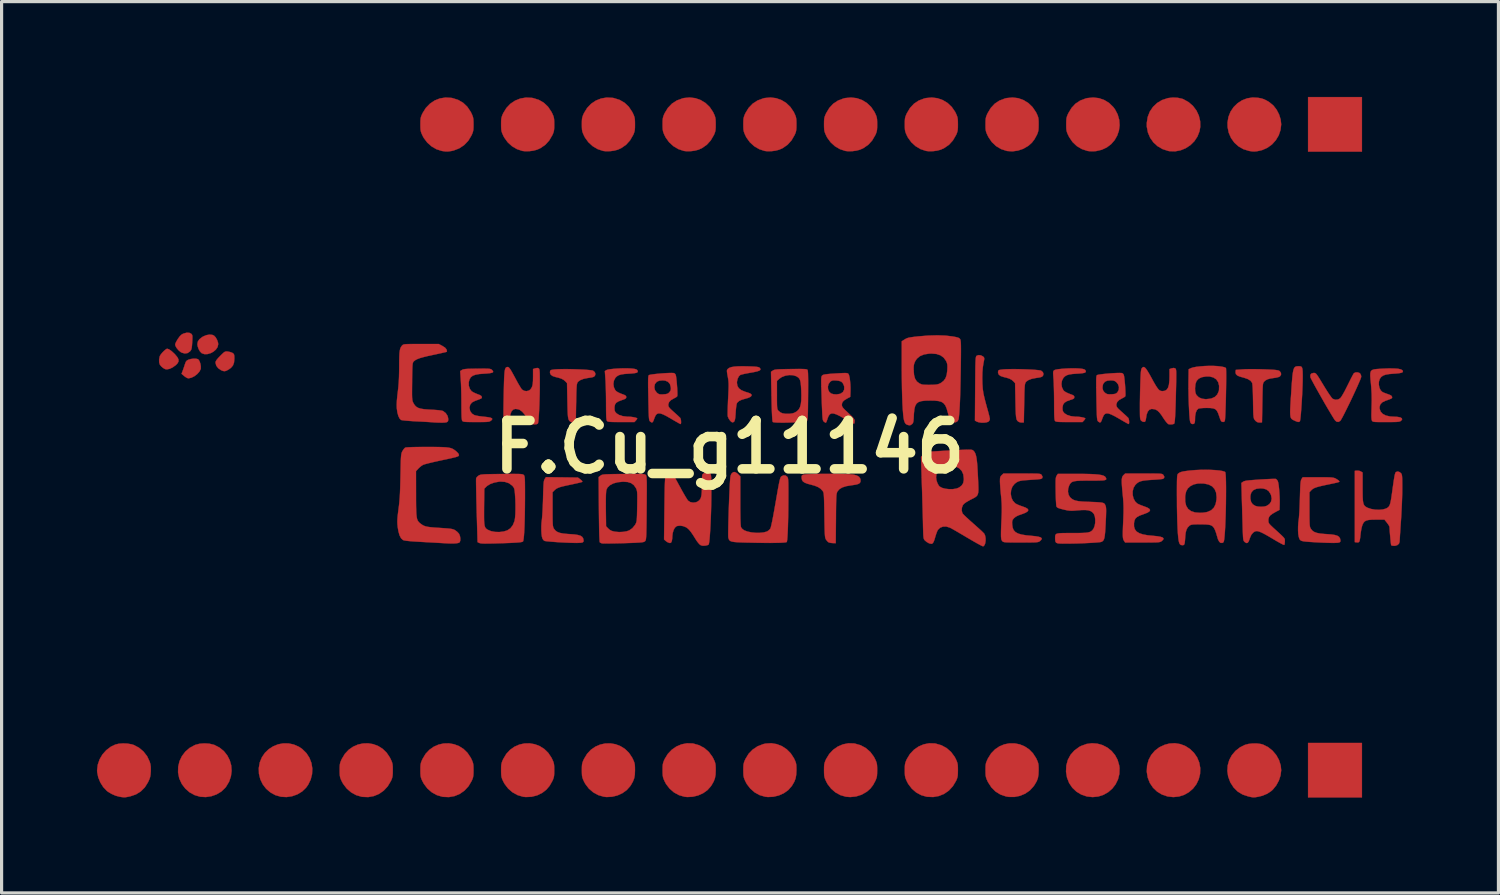
<source format=kicad_pcb>
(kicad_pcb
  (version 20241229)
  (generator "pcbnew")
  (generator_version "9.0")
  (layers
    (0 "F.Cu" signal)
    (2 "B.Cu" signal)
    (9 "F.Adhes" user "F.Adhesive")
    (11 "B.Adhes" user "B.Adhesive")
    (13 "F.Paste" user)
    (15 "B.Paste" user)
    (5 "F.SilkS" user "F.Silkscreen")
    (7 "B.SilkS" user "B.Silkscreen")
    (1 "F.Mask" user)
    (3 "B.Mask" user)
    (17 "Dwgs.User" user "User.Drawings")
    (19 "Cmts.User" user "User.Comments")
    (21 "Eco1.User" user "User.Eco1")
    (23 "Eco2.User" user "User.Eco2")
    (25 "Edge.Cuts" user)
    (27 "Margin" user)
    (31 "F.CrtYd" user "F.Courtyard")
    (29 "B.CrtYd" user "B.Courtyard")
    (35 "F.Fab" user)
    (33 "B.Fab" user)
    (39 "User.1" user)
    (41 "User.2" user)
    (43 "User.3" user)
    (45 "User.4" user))
  (footprint "F.Cu_g11146"
    (layer "F.Cu")
    (at 19.902 11.012)
    (property "Reference" "F.Cu_g11146" (at 0 0 0) (layer "F.SilkS") (effects (font (size 1.524 1.524) (thickness 0.3))))
    (attr through_hole)
    (fp_poly (pts (xy 19.897 -9.292) (xy 18.203 -9.292) (xy 18.203 -11.007) (xy 19.897 -11.007) (xy 19.897 -9.292)) (stroke (width 0.01) (type solid)) (fill yes) (layer "F.Cu"))
    (fp_poly (pts (xy 19.897 11.028) (xy 18.203 11.028) (xy 18.203 9.313) (xy 19.897 9.313) (xy 19.897 11.028)) (stroke (width 0.01) (type solid)) (fill yes) (layer "F.Cu"))
    (fp_poly (pts (xy -16.268 -3.525) (xy -16.218 -3.502) (xy -16.165 -3.446) (xy -16.121 -3.366) (xy -16.092 -3.28) (xy -16.087 -3.232) (xy -16.106 -3.145) (xy -16.159 -3.066) (xy -16.236 -2.999) (xy -16.328 -2.95) (xy -16.426 -2.922) (xy -16.521 -2.92) (xy -16.605 -2.95) (xy -16.613 -2.956) (xy -16.662 -3.008) (xy -16.705 -3.086) (xy -16.734 -3.173) (xy -16.742 -3.234) (xy -16.727 -3.316) (xy -16.678 -3.389) (xy -16.592 -3.456) (xy -16.565 -3.473) (xy -16.461 -3.517) (xy -16.359 -3.535) (xy -16.268 -3.525)) (stroke (width 0.01) (type solid)) (fill yes) (layer "F.Cu"))
    (fp_poly (pts (xy -17.638 -3.073) (xy -17.565 -3.024) (xy -17.478 -2.946) (xy -17.446 -2.914) (xy -17.373 -2.826) (xy -17.336 -2.752) (xy -17.336 -2.687) (xy -17.371 -2.625) (xy -17.413 -2.582) (xy -17.515 -2.506) (xy -17.614 -2.458) (xy -17.702 -2.441) (xy -17.759 -2.45) (xy -17.82 -2.485) (xy -17.882 -2.539) (xy -17.922 -2.589) (xy -17.944 -2.661) (xy -17.946 -2.751) (xy -17.929 -2.841) (xy -17.921 -2.863) (xy -17.892 -2.911) (xy -17.846 -2.967) (xy -17.792 -3.022) (xy -17.74 -3.066) (xy -17.701 -3.089) (xy -17.694 -3.09) (xy -17.638 -3.073)) (stroke (width 0.01) (type solid)) (fill yes) (layer "F.Cu"))
    (fp_poly (pts (xy -16.783 -2.776) (xy -16.725 -2.762) (xy -16.714 -2.754) (xy -16.678 -2.704) (xy -16.65 -2.628) (xy -16.634 -2.544) (xy -16.634 -2.468) (xy -16.638 -2.45) (xy -16.679 -2.37) (xy -16.749 -2.292) (xy -16.837 -2.225) (xy -16.932 -2.178) (xy -17.021 -2.159) (xy -17.024 -2.159) (xy -17.069 -2.172) (xy -17.127 -2.207) (xy -17.157 -2.231) (xy -17.24 -2.302) (xy -17.201 -2.405) (xy -17.17 -2.492) (xy -17.14 -2.583) (xy -17.131 -2.61) (xy -17.106 -2.678) (xy -17.073 -2.718) (xy -17.026 -2.744) (xy -16.948 -2.767) (xy -16.862 -2.778) (xy -16.783 -2.776)) (stroke (width 0.01) (type solid)) (fill yes) (layer "F.Cu"))
    (fp_poly (pts (xy -15.8 -3.003) (xy -15.781 -3.001) (xy -15.709 -2.986) (xy -15.646 -2.963) (xy -15.632 -2.955) (xy -15.603 -2.932) (xy -15.587 -2.902) (xy -15.58 -2.854) (xy -15.579 -2.778) (xy -15.589 -2.657) (xy -15.622 -2.565) (xy -15.684 -2.491) (xy -15.742 -2.448) (xy -15.819 -2.403) (xy -15.878 -2.384) (xy -15.935 -2.39) (xy -15.999 -2.417) (xy -16.087 -2.478) (xy -16.147 -2.557) (xy -16.171 -2.645) (xy -16.171 -2.655) (xy -16.164 -2.692) (xy -16.139 -2.736) (xy -16.092 -2.793) (xy -16.024 -2.864) (xy -15.956 -2.931) (xy -15.909 -2.974) (xy -15.873 -2.996) (xy -15.84 -3.004) (xy -15.8 -3.003)) (stroke (width 0.01) (type solid)) (fill yes) (layer "F.Cu"))
    (fp_poly (pts (xy -16.989 -3.589) (xy -16.936 -3.561) (xy -16.917 -3.542) (xy -16.905 -3.518) (xy -16.899 -3.481) (xy -16.899 -3.422) (xy -16.903 -3.332) (xy -16.905 -3.295) (xy -16.912 -3.193) (xy -16.92 -3.122) (xy -16.931 -3.075) (xy -16.947 -3.041) (xy -16.972 -3.01) (xy -16.977 -3.004) (xy -17.05 -2.954) (xy -17.137 -2.941) (xy -17.229 -2.965) (xy -17.274 -2.99) (xy -17.339 -3.046) (xy -17.395 -3.114) (xy -17.432 -3.181) (xy -17.441 -3.224) (xy -17.43 -3.263) (xy -17.401 -3.323) (xy -17.359 -3.393) (xy -17.355 -3.399) (xy -17.296 -3.481) (xy -17.243 -3.533) (xy -17.186 -3.565) (xy -17.077 -3.595) (xy -16.989 -3.589)) (stroke (width 0.01) (type solid)) (fill yes) (layer "F.Cu"))
    (fp_poly (pts (xy -13.876 9.327) (xy -13.709 9.362) (xy -13.548 9.433) (xy -13.442 9.505) (xy -13.312 9.633) (xy -13.216 9.782) (xy -13.153 9.945) (xy -13.126 10.118) (xy -13.134 10.293) (xy -13.178 10.466) (xy -13.258 10.63) (xy -13.324 10.722) (xy -13.447 10.84) (xy -13.596 10.93) (xy -13.762 10.989) (xy -13.938 11.015) (xy -14.113 11.005) (xy -14.288 10.955) (xy -14.444 10.869) (xy -14.577 10.755) (xy -14.685 10.615) (xy -14.762 10.456) (xy -14.805 10.282) (xy -14.81 10.102) (xy -14.778 9.922) (xy -14.711 9.762) (xy -14.616 9.623) (xy -14.496 9.508) (xy -14.357 9.419) (xy -14.205 9.357) (xy -14.042 9.326) (xy -13.876 9.327)) (stroke (width 0.01) (type solid)) (fill yes) (layer "F.Cu"))
    (fp_poly (pts (xy 14.185 9.349) (xy 14.345 9.411) (xy 14.489 9.504) (xy 14.613 9.624) (xy 14.711 9.766) (xy 14.778 9.928) (xy 14.81 10.101) (xy 14.805 10.286) (xy 14.762 10.458) (xy 14.687 10.614) (xy 14.583 10.749) (xy 14.454 10.861) (xy 14.306 10.945) (xy 14.141 10.998) (xy 13.965 11.016) (xy 13.782 10.996) (xy 13.607 10.936) (xy 13.453 10.843) (xy 13.325 10.721) (xy 13.225 10.573) (xy 13.159 10.405) (xy 13.128 10.22) (xy 13.128 10.214) (xy 13.138 10.024) (xy 13.185 9.848) (xy 13.268 9.691) (xy 13.382 9.556) (xy 13.524 9.448) (xy 13.692 9.37) (xy 13.838 9.332) (xy 14.015 9.321) (xy 14.185 9.349)) (stroke (width 0.01) (type solid)) (fill yes) (layer "F.Cu"))
    (fp_poly (pts (xy 11.574 9.335) (xy 11.736 9.381) (xy 11.886 9.458) (xy 12.017 9.562) (xy 12.127 9.692) (xy 12.209 9.844) (xy 12.259 10.015) (xy 12.271 10.104) (xy 12.265 10.288) (xy 12.222 10.459) (xy 12.146 10.614) (xy 12.042 10.75) (xy 11.914 10.861) (xy 11.765 10.945) (xy 11.601 10.998) (xy 11.425 11.016) (xy 11.242 10.996) (xy 11.067 10.936) (xy 10.913 10.843) (xy 10.785 10.721) (xy 10.685 10.573) (xy 10.619 10.405) (xy 10.588 10.22) (xy 10.588 10.214) (xy 10.597 10.021) (xy 10.645 9.844) (xy 10.73 9.686) (xy 10.85 9.55) (xy 11.003 9.438) (xy 11.06 9.408) (xy 11.231 9.345) (xy 11.404 9.322) (xy 11.574 9.335)) (stroke (width 0.01) (type solid)) (fill yes) (layer "F.Cu"))
    (fp_poly (pts (xy 14.103 -10.985) (xy 14.243 -10.954) (xy 14.282 -10.939) (xy 14.446 -10.847) (xy 14.583 -10.727) (xy 14.691 -10.584) (xy 14.766 -10.423) (xy 14.807 -10.25) (xy 14.811 -10.07) (xy 14.786 -9.929) (xy 14.721 -9.764) (xy 14.624 -9.618) (xy 14.499 -9.495) (xy 14.353 -9.399) (xy 14.192 -9.333) (xy 14.021 -9.301) (xy 13.847 -9.306) (xy 13.802 -9.314) (xy 13.624 -9.372) (xy 13.467 -9.463) (xy 13.336 -9.583) (xy 13.234 -9.728) (xy 13.164 -9.893) (xy 13.129 -10.074) (xy 13.128 -10.193) (xy 13.157 -10.38) (xy 13.223 -10.55) (xy 13.323 -10.698) (xy 13.452 -10.821) (xy 13.608 -10.914) (xy 13.787 -10.973) (xy 13.797 -10.976) (xy 13.949 -10.993) (xy 14.103 -10.985)) (stroke (width 0.01) (type solid)) (fill yes) (layer "F.Cu"))
    (fp_poly (pts (xy -16.366 9.336) (xy -16.226 9.369) (xy -16.208 9.375) (xy -16.044 9.46) (xy -15.907 9.572) (xy -15.8 9.707) (xy -15.723 9.859) (xy -15.677 10.022) (xy -15.665 10.193) (xy -15.687 10.365) (xy -15.745 10.533) (xy -15.84 10.691) (xy -15.864 10.722) (xy -15.987 10.84) (xy -16.136 10.93) (xy -16.302 10.989) (xy -16.478 11.015) (xy -16.653 11.005) (xy -16.827 10.954) (xy -16.985 10.868) (xy -17.121 10.749) (xy -17.231 10.605) (xy -17.308 10.439) (xy -17.315 10.418) (xy -17.35 10.237) (xy -17.345 10.058) (xy -17.304 9.886) (xy -17.228 9.727) (xy -17.121 9.586) (xy -16.985 9.468) (xy -16.823 9.38) (xy -16.806 9.373) (xy -16.673 9.338) (xy -16.52 9.326) (xy -16.366 9.336)) (stroke (width 0.01) (type solid)) (fill yes) (layer "F.Cu"))
    (fp_poly (pts (xy 16.627 -10.985) (xy 16.727 -10.967) (xy 16.808 -10.942) (xy 16.885 -10.906) (xy 16.975 -10.852) (xy 16.992 -10.841) (xy 17.112 -10.741) (xy 17.213 -10.61) (xy 17.291 -10.459) (xy 17.341 -10.298) (xy 17.357 -10.149) (xy 17.336 -9.972) (xy 17.279 -9.804) (xy 17.188 -9.652) (xy 17.07 -9.52) (xy 16.927 -9.416) (xy 16.766 -9.343) (xy 16.702 -9.326) (xy 16.596 -9.304) (xy 16.512 -9.296) (xy 16.432 -9.3) (xy 16.342 -9.315) (xy 16.166 -9.37) (xy 16.011 -9.459) (xy 15.881 -9.577) (xy 15.779 -9.72) (xy 15.707 -9.884) (xy 15.671 -10.063) (xy 15.668 -10.205) (xy 15.698 -10.385) (xy 15.763 -10.548) (xy 15.86 -10.692) (xy 15.982 -10.812) (xy 16.126 -10.906) (xy 16.287 -10.968) (xy 16.46 -10.995) (xy 16.627 -10.985)) (stroke (width 0.01) (type solid)) (fill yes) (layer "F.Cu"))
    (fp_poly (pts (xy 16.597 9.33) (xy 16.722 9.346) (xy 16.785 9.364) (xy 16.946 9.445) (xy 17.086 9.557) (xy 17.202 9.695) (xy 17.289 9.852) (xy 17.342 10.021) (xy 17.357 10.171) (xy 17.337 10.334) (xy 17.283 10.498) (xy 17.199 10.651) (xy 17.091 10.783) (xy 17.047 10.823) (xy 16.919 10.909) (xy 16.767 10.973) (xy 16.636 11.005) (xy 16.56 11.018) (xy 16.508 11.024) (xy 16.465 11.023) (xy 16.414 11.015) (xy 16.341 10.999) (xy 16.323 10.995) (xy 16.145 10.936) (xy 15.99 10.843) (xy 15.861 10.715) (xy 15.758 10.555) (xy 15.755 10.548) (xy 15.689 10.371) (xy 15.663 10.193) (xy 15.675 10.017) (xy 15.723 9.85) (xy 15.805 9.697) (xy 15.92 9.561) (xy 16.064 9.449) (xy 16.214 9.374) (xy 16.326 9.344) (xy 16.459 9.329) (xy 16.597 9.33)) (stroke (width 0.01) (type solid)) (fill yes) (layer "F.Cu"))
    (fp_poly (pts (xy 11.624 -10.973) (xy 11.793 -10.914) (xy 11.945 -10.82) (xy 12.075 -10.693) (xy 12.125 -10.627) (xy 12.212 -10.462) (xy 12.261 -10.291) (xy 12.273 -10.121) (xy 12.252 -9.954) (xy 12.198 -9.797) (xy 12.116 -9.653) (xy 12.006 -9.527) (xy 11.871 -9.425) (xy 11.713 -9.351) (xy 11.536 -9.309) (xy 11.49 -9.305) (xy 11.4 -9.302) (xy 11.311 -9.307) (xy 11.262 -9.314) (xy 11.085 -9.372) (xy 10.927 -9.466) (xy 10.793 -9.593) (xy 10.687 -9.748) (xy 10.674 -9.774) (xy 10.637 -9.851) (xy 10.614 -9.911) (xy 10.601 -9.968) (xy 10.595 -10.036) (xy 10.594 -10.131) (xy 10.594 -10.148) (xy 10.595 -10.25) (xy 10.6 -10.324) (xy 10.612 -10.382) (xy 10.633 -10.44) (xy 10.66 -10.499) (xy 10.761 -10.667) (xy 10.885 -10.8) (xy 11.033 -10.898) (xy 11.207 -10.964) (xy 11.257 -10.976) (xy 11.443 -10.994) (xy 11.624 -10.973)) (stroke (width 0.01) (type solid)) (fill yes) (layer "F.Cu"))
    (fp_poly (pts (xy -18.94 9.333) (xy -18.81 9.356) (xy -18.748 9.375) (xy -18.581 9.462) (xy -18.439 9.581) (xy -18.324 9.729) (xy -18.243 9.901) (xy -18.22 9.98) (xy -18.208 10.061) (xy -18.207 10.159) (xy -18.208 10.206) (xy -18.215 10.306) (xy -18.228 10.383) (xy -18.252 10.455) (xy -18.292 10.542) (xy -18.294 10.547) (xy -18.395 10.709) (xy -18.522 10.836) (xy -18.674 10.931) (xy -18.853 10.992) (xy -18.873 10.996) (xy -18.956 11.013) (xy -19.014 11.022) (xy -19.065 11.022) (xy -19.126 11.015) (xy -19.193 11.004) (xy -19.314 10.972) (xy -19.441 10.916) (xy -19.556 10.847) (xy -19.59 10.821) (xy -19.703 10.702) (xy -19.795 10.556) (xy -19.861 10.396) (xy -19.894 10.232) (xy -19.897 10.171) (xy -19.876 9.996) (xy -19.818 9.828) (xy -19.727 9.673) (xy -19.607 9.539) (xy -19.463 9.43) (xy -19.325 9.364) (xy -19.213 9.337) (xy -19.079 9.327) (xy -18.94 9.333)) (stroke (width 0.01) (type solid)) (fill yes) (layer "F.Cu"))
    (fp_poly (pts (xy -3.587 9.353) (xy -3.433 9.412) (xy -3.29 9.501) (xy -3.165 9.622) (xy -3.063 9.774) (xy -3.042 9.816) (xy -3.01 9.887) (xy -2.99 9.945) (xy -2.979 10.006) (xy -2.975 10.083) (xy -2.974 10.171) (xy -2.979 10.31) (xy -2.999 10.423) (xy -3.038 10.526) (xy -3.1 10.635) (xy -3.128 10.677) (xy -3.235 10.796) (xy -3.37 10.893) (xy -3.526 10.964) (xy -3.694 11.005) (xy -3.866 11.014) (xy -3.954 11.004) (xy -4.128 10.954) (xy -4.288 10.867) (xy -4.426 10.748) (xy -4.537 10.602) (xy -4.578 10.526) (xy -4.61 10.455) (xy -4.63 10.396) (xy -4.641 10.335) (xy -4.645 10.258) (xy -4.646 10.171) (xy -4.645 10.069) (xy -4.64 9.995) (xy -4.628 9.936) (xy -4.606 9.876) (xy -4.578 9.816) (xy -4.482 9.657) (xy -4.362 9.528) (xy -4.223 9.431) (xy -4.072 9.365) (xy -3.912 9.33) (xy -3.748 9.326) (xy -3.587 9.353)) (stroke (width 0.01) (type solid)) (fill yes) (layer "F.Cu"))
    (fp_poly (pts (xy -1.162 9.328) (xy -1.138 9.332) (xy -0.954 9.385) (xy -0.79 9.474) (xy -0.65 9.596) (xy -0.538 9.748) (xy -0.502 9.816) (xy -0.47 9.887) (xy -0.45 9.945) (xy -0.439 10.006) (xy -0.435 10.083) (xy -0.434 10.171) (xy -0.439 10.31) (xy -0.459 10.423) (xy -0.498 10.526) (xy -0.56 10.635) (xy -0.588 10.677) (xy -0.695 10.797) (xy -0.831 10.894) (xy -0.988 10.964) (xy -1.157 11.005) (xy -1.331 11.014) (xy -1.418 11.004) (xy -1.59 10.955) (xy -1.747 10.869) (xy -1.884 10.75) (xy -1.996 10.605) (xy -2.038 10.526) (xy -2.07 10.455) (xy -2.09 10.396) (xy -2.101 10.335) (xy -2.105 10.258) (xy -2.106 10.171) (xy -2.105 10.069) (xy -2.1 9.995) (xy -2.087 9.936) (xy -2.066 9.876) (xy -2.038 9.816) (xy -1.942 9.659) (xy -1.819 9.528) (xy -1.673 9.426) (xy -1.511 9.357) (xy -1.339 9.323) (xy -1.162 9.328)) (stroke (width 0.01) (type solid)) (fill yes) (layer "F.Cu"))
    (fp_poly (pts (xy 1.488 9.35) (xy 1.652 9.415) (xy 1.8 9.512) (xy 1.927 9.64) (xy 2.027 9.794) (xy 2.038 9.816) (xy 2.07 9.887) (xy 2.09 9.945) (xy 2.101 10.005) (xy 2.105 10.081) (xy 2.106 10.171) (xy 2.099 10.311) (xy 2.079 10.426) (xy 2.04 10.53) (xy 1.977 10.64) (xy 1.952 10.677) (xy 1.845 10.797) (xy 1.709 10.894) (xy 1.552 10.964) (xy 1.383 11.005) (xy 1.209 11.014) (xy 1.122 11.004) (xy 0.95 10.955) (xy 0.793 10.869) (xy 0.656 10.75) (xy 0.544 10.605) (xy 0.502 10.526) (xy 0.47 10.455) (xy 0.45 10.396) (xy 0.439 10.335) (xy 0.435 10.258) (xy 0.434 10.171) (xy 0.435 10.069) (xy 0.44 9.995) (xy 0.453 9.936) (xy 0.474 9.876) (xy 0.502 9.816) (xy 0.601 9.653) (xy 0.731 9.519) (xy 0.886 9.416) (xy 1.062 9.349) (xy 1.138 9.332) (xy 1.315 9.321) (xy 1.488 9.35)) (stroke (width 0.01) (type solid)) (fill yes) (layer "F.Cu"))
    (fp_poly (pts (xy -8.667 9.353) (xy -8.513 9.411) (xy -8.37 9.501) (xy -8.245 9.622) (xy -8.143 9.775) (xy -8.122 9.816) (xy -8.09 9.887) (xy -8.07 9.945) (xy -8.059 10.006) (xy -8.055 10.083) (xy -8.054 10.171) (xy -8.055 10.274) (xy -8.061 10.349) (xy -8.073 10.409) (xy -8.095 10.468) (xy -8.113 10.508) (xy -8.212 10.675) (xy -8.338 10.811) (xy -8.485 10.915) (xy -8.65 10.984) (xy -8.828 11.016) (xy -9.015 11.008) (xy -9.034 11.005) (xy -9.208 10.954) (xy -9.366 10.866) (xy -9.505 10.745) (xy -9.618 10.596) (xy -9.656 10.526) (xy -9.689 10.456) (xy -9.709 10.399) (xy -9.72 10.341) (xy -9.725 10.268) (xy -9.726 10.171) (xy -9.725 10.069) (xy -9.72 9.996) (xy -9.708 9.936) (xy -9.686 9.877) (xy -9.658 9.816) (xy -9.562 9.656) (xy -9.442 9.528) (xy -9.303 9.43) (xy -9.152 9.364) (xy -8.991 9.329) (xy -8.828 9.325) (xy -8.667 9.353)) (stroke (width 0.01) (type solid)) (fill yes) (layer "F.Cu"))
    (fp_poly (pts (xy -6.127 9.353) (xy -5.973 9.411) (xy -5.83 9.501) (xy -5.705 9.622) (xy -5.603 9.775) (xy -5.582 9.816) (xy -5.55 9.887) (xy -5.53 9.945) (xy -5.519 10.006) (xy -5.515 10.083) (xy -5.514 10.171) (xy -5.515 10.274) (xy -5.521 10.35) (xy -5.534 10.41) (xy -5.555 10.469) (xy -5.572 10.506) (xy -5.658 10.659) (xy -5.761 10.781) (xy -5.889 10.881) (xy -6.05 10.961) (xy -6.227 11.006) (xy -6.409 11.014) (xy -6.494 11.005) (xy -6.667 10.954) (xy -6.826 10.867) (xy -6.964 10.748) (xy -7.076 10.602) (xy -7.12 10.521) (xy -7.151 10.452) (xy -7.171 10.394) (xy -7.181 10.333) (xy -7.185 10.254) (xy -7.186 10.171) (xy -7.185 10.069) (xy -7.18 9.995) (xy -7.167 9.936) (xy -7.146 9.876) (xy -7.118 9.816) (xy -7.022 9.656) (xy -6.902 9.528) (xy -6.763 9.43) (xy -6.612 9.364) (xy -6.451 9.329) (xy -6.288 9.325) (xy -6.127 9.353)) (stroke (width 0.01) (type solid)) (fill yes) (layer "F.Cu"))
    (fp_poly (pts (xy 6.458 9.328) (xy 6.482 9.332) (xy 6.666 9.385) (xy 6.83 9.474) (xy 6.97 9.596) (xy 7.082 9.748) (xy 7.118 9.816) (xy 7.15 9.887) (xy 7.17 9.945) (xy 7.181 10.006) (xy 7.185 10.083) (xy 7.186 10.171) (xy 7.184 10.275) (xy 7.179 10.35) (xy 7.166 10.411) (xy 7.144 10.47) (xy 7.129 10.503) (xy 7.029 10.671) (xy 6.903 10.809) (xy 6.755 10.913) (xy 6.588 10.982) (xy 6.408 11.014) (xy 6.218 11.006) (xy 6.202 11.004) (xy 6.03 10.955) (xy 5.872 10.869) (xy 5.735 10.75) (xy 5.623 10.603) (xy 5.582 10.525) (xy 5.55 10.454) (xy 5.53 10.396) (xy 5.519 10.335) (xy 5.515 10.258) (xy 5.514 10.171) (xy 5.515 10.069) (xy 5.52 9.995) (xy 5.533 9.936) (xy 5.554 9.876) (xy 5.582 9.816) (xy 5.678 9.659) (xy 5.801 9.528) (xy 5.947 9.426) (xy 6.109 9.357) (xy 6.281 9.323) (xy 6.458 9.328)) (stroke (width 0.01) (type solid)) (fill yes) (layer "F.Cu"))
    (fp_poly (pts (xy 8.969 9.326) (xy 9.13 9.357) (xy 9.283 9.42) (xy 9.424 9.513) (xy 9.546 9.637) (xy 9.646 9.791) (xy 9.658 9.816) (xy 9.69 9.887) (xy 9.71 9.945) (xy 9.721 10.005) (xy 9.725 10.082) (xy 9.726 10.171) (xy 9.72 10.307) (xy 9.702 10.418) (xy 9.665 10.517) (xy 9.605 10.62) (xy 9.563 10.681) (xy 9.447 10.808) (xy 9.304 10.907) (xy 9.141 10.976) (xy 8.967 11.011) (xy 8.788 11.01) (xy 8.702 10.996) (xy 8.524 10.936) (xy 8.37 10.841) (xy 8.24 10.712) (xy 8.134 10.548) (xy 8.12 10.52) (xy 8.089 10.452) (xy 8.07 10.395) (xy 8.059 10.335) (xy 8.055 10.258) (xy 8.054 10.169) (xy 8.055 10.07) (xy 8.06 9.998) (xy 8.071 9.94) (xy 8.093 9.882) (xy 8.127 9.808) (xy 8.134 9.795) (xy 8.232 9.639) (xy 8.354 9.514) (xy 8.493 9.42) (xy 8.646 9.357) (xy 8.806 9.326) (xy 8.969 9.326)) (stroke (width 0.01) (type solid)) (fill yes) (layer "F.Cu"))
    (fp_poly (pts (xy -11.208 9.351) (xy -11.054 9.409) (xy -10.913 9.498) (xy -10.788 9.619) (xy -10.686 9.771) (xy -10.674 9.795) (xy -10.637 9.872) (xy -10.614 9.932) (xy -10.601 9.989) (xy -10.595 10.058) (xy -10.594 10.152) (xy -10.594 10.169) (xy -10.595 10.273) (xy -10.601 10.348) (xy -10.613 10.408) (xy -10.634 10.467) (xy -10.653 10.508) (xy -10.752 10.675) (xy -10.878 10.811) (xy -11.025 10.915) (xy -11.19 10.984) (xy -11.368 11.016) (xy -11.555 11.008) (xy -11.574 11.005) (xy -11.748 10.954) (xy -11.906 10.866) (xy -12.045 10.745) (xy -12.158 10.596) (xy -12.196 10.526) (xy -12.229 10.456) (xy -12.249 10.399) (xy -12.26 10.341) (xy -12.265 10.268) (xy -12.266 10.171) (xy -12.265 10.069) (xy -12.26 9.996) (xy -12.248 9.936) (xy -12.226 9.877) (xy -12.198 9.816) (xy -12.102 9.656) (xy -11.982 9.528) (xy -11.844 9.431) (xy -11.692 9.364) (xy -11.532 9.329) (xy -11.369 9.324) (xy -11.208 9.351)) (stroke (width 0.01) (type solid)) (fill yes) (layer "F.Cu"))
    (fp_poly (pts (xy -6.219 -10.983) (xy -6.177 -10.976) (xy -5.997 -10.919) (xy -5.842 -10.829) (xy -5.711 -10.705) (xy -5.605 -10.547) (xy -5.58 -10.499) (xy -5.549 -10.43) (xy -5.53 -10.373) (xy -5.519 -10.313) (xy -5.515 -10.235) (xy -5.514 -10.149) (xy -5.515 -10.046) (xy -5.521 -9.97) (xy -5.534 -9.91) (xy -5.555 -9.851) (xy -5.572 -9.814) (xy -5.671 -9.644) (xy -5.794 -9.508) (xy -5.942 -9.405) (xy -6.055 -9.353) (xy -6.171 -9.322) (xy -6.304 -9.305) (xy -6.436 -9.304) (xy -6.518 -9.314) (xy -6.689 -9.371) (xy -6.845 -9.463) (xy -6.98 -9.587) (xy -7.088 -9.736) (xy -7.118 -9.795) (xy -7.15 -9.866) (xy -7.17 -9.924) (xy -7.181 -9.985) (xy -7.185 -10.062) (xy -7.186 -10.149) (xy -7.185 -10.251) (xy -7.18 -10.325) (xy -7.167 -10.384) (xy -7.146 -10.444) (xy -7.118 -10.504) (xy -7.02 -10.664) (xy -6.895 -10.796) (xy -6.746 -10.896) (xy -6.581 -10.962) (xy -6.403 -10.992) (xy -6.219 -10.983)) (stroke (width 0.01) (type solid)) (fill yes) (layer "F.Cu"))
    (fp_poly (pts (xy -3.677 -10.983) (xy -3.637 -10.976) (xy -3.457 -10.919) (xy -3.302 -10.829) (xy -3.171 -10.705) (xy -3.065 -10.547) (xy -3.04 -10.499) (xy -3.009 -10.43) (xy -2.99 -10.373) (xy -2.979 -10.313) (xy -2.975 -10.235) (xy -2.974 -10.149) (xy -2.975 -10.046) (xy -2.981 -9.97) (xy -2.994 -9.91) (xy -3.015 -9.851) (xy -3.032 -9.814) (xy -3.131 -9.644) (xy -3.254 -9.508) (xy -3.402 -9.405) (xy -3.515 -9.353) (xy -3.631 -9.322) (xy -3.764 -9.305) (xy -3.896 -9.304) (xy -3.978 -9.314) (xy -4.149 -9.371) (xy -4.305 -9.463) (xy -4.44 -9.587) (xy -4.548 -9.736) (xy -4.578 -9.795) (xy -4.61 -9.866) (xy -4.63 -9.924) (xy -4.641 -9.985) (xy -4.645 -10.062) (xy -4.646 -10.149) (xy -4.645 -10.251) (xy -4.64 -10.325) (xy -4.627 -10.384) (xy -4.606 -10.444) (xy -4.578 -10.504) (xy -4.48 -10.665) (xy -4.354 -10.797) (xy -4.206 -10.897) (xy -4.04 -10.963) (xy -3.862 -10.993) (xy -3.677 -10.983)) (stroke (width 0.01) (type solid)) (fill yes) (layer "F.Cu"))
    (fp_poly (pts (xy -1.074 -10.973) (xy -0.907 -10.914) (xy -0.755 -10.821) (xy -0.624 -10.696) (xy -0.52 -10.541) (xy -0.502 -10.504) (xy -0.47 -10.434) (xy -0.45 -10.375) (xy -0.439 -10.314) (xy -0.435 -10.237) (xy -0.434 -10.149) (xy -0.435 -10.046) (xy -0.441 -9.97) (xy -0.454 -9.91) (xy -0.475 -9.851) (xy -0.492 -9.814) (xy -0.591 -9.644) (xy -0.714 -9.508) (xy -0.862 -9.405) (xy -0.975 -9.353) (xy -1.091 -9.322) (xy -1.224 -9.305) (xy -1.356 -9.304) (xy -1.438 -9.314) (xy -1.609 -9.371) (xy -1.765 -9.463) (xy -1.9 -9.587) (xy -2.008 -9.736) (xy -2.038 -9.795) (xy -2.07 -9.866) (xy -2.09 -9.924) (xy -2.101 -9.985) (xy -2.105 -10.062) (xy -2.106 -10.149) (xy -2.105 -10.251) (xy -2.1 -10.325) (xy -2.087 -10.384) (xy -2.066 -10.444) (xy -2.039 -10.503) (xy -1.939 -10.667) (xy -1.811 -10.801) (xy -1.657 -10.901) (xy -1.478 -10.967) (xy -1.437 -10.977) (xy -1.253 -10.995) (xy -1.074 -10.973)) (stroke (width 0.01) (type solid)) (fill yes) (layer "F.Cu"))
    (fp_poly (pts (xy 1.466 -10.973) (xy 1.633 -10.914) (xy 1.785 -10.821) (xy 1.915 -10.696) (xy 2.02 -10.541) (xy 2.038 -10.504) (xy 2.07 -10.434) (xy 2.09 -10.375) (xy 2.101 -10.314) (xy 2.105 -10.237) (xy 2.106 -10.149) (xy 2.105 -10.046) (xy 2.099 -9.97) (xy 2.087 -9.91) (xy 2.065 -9.852) (xy 2.048 -9.814) (xy 1.949 -9.644) (xy 1.826 -9.508) (xy 1.678 -9.405) (xy 1.565 -9.353) (xy 1.449 -9.322) (xy 1.316 -9.305) (xy 1.184 -9.304) (xy 1.102 -9.314) (xy 0.931 -9.371) (xy 0.775 -9.463) (xy 0.64 -9.587) (xy 0.532 -9.736) (xy 0.502 -9.795) (xy 0.47 -9.866) (xy 0.45 -9.924) (xy 0.439 -9.985) (xy 0.435 -10.062) (xy 0.434 -10.149) (xy 0.435 -10.251) (xy 0.44 -10.325) (xy 0.453 -10.384) (xy 0.474 -10.444) (xy 0.501 -10.503) (xy 0.601 -10.667) (xy 0.729 -10.801) (xy 0.883 -10.901) (xy 1.062 -10.967) (xy 1.103 -10.977) (xy 1.287 -10.995) (xy 1.466 -10.973)) (stroke (width 0.01) (type solid)) (fill yes) (layer "F.Cu"))
    (fp_poly (pts (xy 3.918 9.328) (xy 3.942 9.332) (xy 4.126 9.385) (xy 4.29 9.474) (xy 4.43 9.596) (xy 4.542 9.748) (xy 4.578 9.816) (xy 4.61 9.887) (xy 4.63 9.945) (xy 4.641 10.006) (xy 4.645 10.083) (xy 4.646 10.171) (xy 4.644 10.275) (xy 4.639 10.35) (xy 4.626 10.411) (xy 4.604 10.47) (xy 4.589 10.504) (xy 4.515 10.64) (xy 4.432 10.748) (xy 4.329 10.839) (xy 4.316 10.849) (xy 4.158 10.94) (xy 3.982 10.996) (xy 3.798 11.015) (xy 3.662 11.004) (xy 3.491 10.955) (xy 3.334 10.869) (xy 3.197 10.751) (xy 3.085 10.606) (xy 3.042 10.526) (xy 3.01 10.455) (xy 2.99 10.396) (xy 2.979 10.335) (xy 2.975 10.258) (xy 2.974 10.171) (xy 2.975 10.069) (xy 2.98 9.995) (xy 2.993 9.936) (xy 3.014 9.876) (xy 3.042 9.816) (xy 3.138 9.659) (xy 3.261 9.528) (xy 3.407 9.426) (xy 3.569 9.357) (xy 3.741 9.323) (xy 3.918 9.328)) (stroke (width 0.01) (type solid)) (fill yes) (layer "F.Cu"))
    (fp_poly (pts (xy 4.003 -10.973) (xy 4.172 -10.914) (xy 4.324 -10.821) (xy 4.455 -10.696) (xy 4.56 -10.541) (xy 4.578 -10.504) (xy 4.61 -10.434) (xy 4.63 -10.375) (xy 4.641 -10.314) (xy 4.645 -10.238) (xy 4.646 -10.149) (xy 4.645 -10.045) (xy 4.639 -9.97) (xy 4.626 -9.91) (xy 4.605 -9.851) (xy 4.588 -9.814) (xy 4.489 -9.644) (xy 4.366 -9.508) (xy 4.217 -9.405) (xy 4.105 -9.353) (xy 3.989 -9.322) (xy 3.856 -9.305) (xy 3.724 -9.304) (xy 3.642 -9.314) (xy 3.471 -9.371) (xy 3.315 -9.463) (xy 3.18 -9.587) (xy 3.072 -9.736) (xy 3.042 -9.795) (xy 3.01 -9.866) (xy 2.99 -9.924) (xy 2.979 -9.985) (xy 2.975 -10.062) (xy 2.974 -10.149) (xy 2.975 -10.251) (xy 2.98 -10.324) (xy 2.992 -10.383) (xy 3.014 -10.441) (xy 3.04 -10.499) (xy 3.141 -10.667) (xy 3.265 -10.8) (xy 3.413 -10.898) (xy 3.587 -10.964) (xy 3.637 -10.976) (xy 3.823 -10.994) (xy 4.003 -10.973)) (stroke (width 0.01) (type solid)) (fill yes) (layer "F.Cu"))
    (fp_poly (pts (xy 6.542 -10.972) (xy 6.71 -10.913) (xy 6.863 -10.82) (xy 6.994 -10.695) (xy 7.1 -10.541) (xy 7.12 -10.5) (xy 7.151 -10.431) (xy 7.171 -10.373) (xy 7.181 -10.312) (xy 7.185 -10.233) (xy 7.186 -10.149) (xy 7.185 -10.045) (xy 7.179 -9.97) (xy 7.166 -9.91) (xy 7.145 -9.851) (xy 7.128 -9.814) (xy 7.029 -9.644) (xy 6.906 -9.508) (xy 6.757 -9.405) (xy 6.645 -9.353) (xy 6.529 -9.322) (xy 6.396 -9.305) (xy 6.264 -9.304) (xy 6.182 -9.314) (xy 6.011 -9.371) (xy 5.855 -9.463) (xy 5.72 -9.587) (xy 5.612 -9.736) (xy 5.582 -9.795) (xy 5.55 -9.866) (xy 5.53 -9.924) (xy 5.519 -9.985) (xy 5.515 -10.062) (xy 5.514 -10.149) (xy 5.515 -10.251) (xy 5.52 -10.324) (xy 5.532 -10.383) (xy 5.554 -10.441) (xy 5.58 -10.499) (xy 5.681 -10.667) (xy 5.805 -10.8) (xy 5.953 -10.898) (xy 6.127 -10.964) (xy 6.177 -10.976) (xy 6.362 -10.994) (xy 6.542 -10.972)) (stroke (width 0.01) (type solid)) (fill yes) (layer "F.Cu"))
    (fp_poly (pts (xy 17.96 -2.537) (xy 17.991 -2.526) (xy 18.012 -2.498) (xy 18.025 -2.45) (xy 18.032 -2.374) (xy 18.034 -2.265) (xy 18.034 -2.199) (xy 18.033 -2.084) (xy 18.029 -1.948) (xy 18.023 -1.799) (xy 18.016 -1.642) (xy 18.007 -1.482) (xy 17.997 -1.327) (xy 17.987 -1.182) (xy 17.977 -1.052) (xy 17.967 -0.945) (xy 17.957 -0.865) (xy 17.949 -0.819) (xy 17.945 -0.81) (xy 17.92 -0.789) (xy 17.887 -0.787) (xy 17.835 -0.803) (xy 17.787 -0.824) (xy 17.744 -0.844) (xy 17.709 -0.863) (xy 17.682 -0.885) (xy 17.662 -0.916) (xy 17.649 -0.959) (xy 17.642 -1.019) (xy 17.639 -1.099) (xy 17.642 -1.206) (xy 17.649 -1.342) (xy 17.659 -1.512) (xy 17.671 -1.685) (xy 17.684 -1.897) (xy 17.697 -2.071) (xy 17.709 -2.211) (xy 17.722 -2.319) (xy 17.737 -2.401) (xy 17.754 -2.459) (xy 17.776 -2.499) (xy 17.803 -2.523) (xy 17.836 -2.535) (xy 17.876 -2.539) (xy 17.915 -2.54) (xy 17.96 -2.537)) (stroke (width 0.01) (type solid)) (fill yes) (layer "F.Cu"))
    (fp_poly (pts (xy -8.749 -10.982) (xy -8.717 -10.976) (xy -8.537 -10.919) (xy -8.382 -10.829) (xy -8.251 -10.705) (xy -8.145 -10.547) (xy -8.12 -10.499) (xy -8.089 -10.43) (xy -8.07 -10.373) (xy -8.059 -10.313) (xy -8.055 -10.235) (xy -8.054 -10.149) (xy -8.055 -10.048) (xy -8.06 -9.974) (xy -8.073 -9.915) (xy -8.094 -9.855) (xy -8.122 -9.795) (xy -8.221 -9.631) (xy -8.35 -9.497) (xy -8.504 -9.395) (xy -8.68 -9.327) (xy -8.741 -9.313) (xy -8.841 -9.298) (xy -8.925 -9.296) (xy -9.018 -9.308) (xy -9.058 -9.315) (xy -9.222 -9.368) (xy -9.375 -9.457) (xy -9.509 -9.576) (xy -9.618 -9.72) (xy -9.658 -9.794) (xy -9.69 -9.865) (xy -9.71 -9.924) (xy -9.721 -9.984) (xy -9.725 -10.061) (xy -9.726 -10.15) (xy -9.725 -10.251) (xy -9.72 -10.323) (xy -9.708 -10.381) (xy -9.687 -10.438) (xy -9.656 -10.505) (xy -9.554 -10.667) (xy -9.426 -10.799) (xy -9.277 -10.9) (xy -9.112 -10.965) (xy -8.934 -10.993) (xy -8.749 -10.982)) (stroke (width 0.01) (type solid)) (fill yes) (layer "F.Cu"))
    (fp_poly (pts (xy 7.908 -2.882) (xy 7.974 -2.849) (xy 7.987 -2.837) (xy 8.005 -2.817) (xy 8.014 -2.793) (xy 8.013 -2.756) (xy 8.002 -2.695) (xy 7.989 -2.633) (xy 7.969 -2.502) (xy 7.956 -2.343) (xy 7.952 -2.169) (xy 7.956 -1.993) (xy 7.967 -1.829) (xy 7.987 -1.693) (xy 8.006 -1.604) (xy 8.034 -1.487) (xy 8.068 -1.359) (xy 8.102 -1.233) (xy 8.107 -1.217) (xy 8.137 -1.108) (xy 8.163 -1.01) (xy 8.181 -0.932) (xy 8.191 -0.883) (xy 8.191 -0.874) (xy 8.175 -0.828) (xy 8.144 -0.795) (xy 8.088 -0.774) (xy 8.007 -0.764) (xy 7.917 -0.765) (xy 7.834 -0.778) (xy 7.782 -0.796) (xy 7.722 -0.829) (xy 7.729 -1.834) (xy 7.731 -2.067) (xy 7.733 -2.26) (xy 7.734 -2.419) (xy 7.736 -2.546) (xy 7.739 -2.646) (xy 7.742 -2.722) (xy 7.746 -2.777) (xy 7.751 -2.815) (xy 7.757 -2.84) (xy 7.764 -2.856) (xy 7.773 -2.866) (xy 7.778 -2.87) (xy 7.837 -2.89) (xy 7.908 -2.882)) (stroke (width 0.01) (type solid)) (fill yes) (layer "F.Cu"))
    (fp_poly (pts (xy 9.083 -10.973) (xy 9.251 -10.913) (xy 9.403 -10.819) (xy 9.535 -10.691) (xy 9.641 -10.533) (xy 9.656 -10.505) (xy 9.688 -10.435) (xy 9.709 -10.378) (xy 9.72 -10.32) (xy 9.725 -10.247) (xy 9.726 -10.15) (xy 9.724 -10.046) (xy 9.719 -9.97) (xy 9.706 -9.91) (xy 9.685 -9.851) (xy 9.669 -9.816) (xy 9.595 -9.68) (xy 9.513 -9.573) (xy 9.41 -9.481) (xy 9.395 -9.47) (xy 9.242 -9.381) (xy 9.074 -9.324) (xy 8.9 -9.3) (xy 8.731 -9.312) (xy 8.722 -9.314) (xy 8.545 -9.372) (xy 8.387 -9.466) (xy 8.253 -9.593) (xy 8.147 -9.748) (xy 8.134 -9.774) (xy 8.097 -9.851) (xy 8.074 -9.911) (xy 8.061 -9.968) (xy 8.055 -10.036) (xy 8.054 -10.131) (xy 8.054 -10.148) (xy 8.055 -10.25) (xy 8.06 -10.324) (xy 8.072 -10.382) (xy 8.093 -10.44) (xy 8.12 -10.499) (xy 8.221 -10.667) (xy 8.345 -10.8) (xy 8.493 -10.898) (xy 8.667 -10.964) (xy 8.717 -10.976) (xy 8.904 -10.994) (xy 9.083 -10.973)) (stroke (width 0.01) (type solid)) (fill yes) (layer "F.Cu"))
    (fp_poly (pts (xy -5.018 -2.448) (xy -4.872 -2.444) (xy -4.728 -2.439) (xy -4.594 -2.433) (xy -4.476 -2.425) (xy -4.381 -2.416) (xy -4.316 -2.407) (xy -4.293 -2.4) (xy -4.238 -2.354) (xy -4.219 -2.296) (xy -4.232 -2.247) (xy -4.252 -2.221) (xy -4.285 -2.202) (xy -4.34 -2.187) (xy -4.426 -2.174) (xy -4.456 -2.17) (xy -4.588 -2.144) (xy -4.692 -2.104) (xy -4.763 -2.054) (xy -4.777 -2.036) (xy -4.788 -2.016) (xy -4.797 -1.989) (xy -4.805 -1.95) (xy -4.81 -1.894) (xy -4.815 -1.817) (xy -4.819 -1.713) (xy -4.822 -1.578) (xy -4.825 -1.405) (xy -4.826 -1.376) (xy -4.837 -0.773) (xy -4.889 -0.768) (xy -4.949 -0.773) (xy -4.986 -0.785) (xy -5.016 -0.802) (xy -5.039 -0.823) (xy -5.058 -0.852) (xy -5.072 -0.895) (xy -5.082 -0.957) (xy -5.089 -1.042) (xy -5.094 -1.155) (xy -5.098 -1.302) (xy -5.101 -1.454) (xy -5.112 -2.008) (xy -5.165 -2.064) (xy -5.22 -2.112) (xy -5.29 -2.149) (xy -5.386 -2.18) (xy -5.464 -2.198) (xy -5.563 -2.23) (xy -5.623 -2.273) (xy -5.648 -2.33) (xy -5.648 -2.364) (xy -5.642 -2.394) (xy -5.628 -2.413) (xy -5.596 -2.425) (xy -5.536 -2.434) (xy -5.482 -2.44) (xy -5.398 -2.445) (xy -5.288 -2.448) (xy -5.159 -2.449) (xy -5.018 -2.448)) (stroke (width 0.01) (type solid)) (fill yes) (layer "F.Cu"))
    (fp_poly (pts (xy 9.079 -2.448) (xy 9.225 -2.444) (xy 9.369 -2.439) (xy 9.503 -2.433) (xy 9.621 -2.425) (xy 9.716 -2.416) (xy 9.781 -2.407) (xy 9.804 -2.4) (xy 9.859 -2.354) (xy 9.878 -2.296) (xy 9.865 -2.247) (xy 9.845 -2.221) (xy 9.812 -2.202) (xy 9.757 -2.187) (xy 9.671 -2.174) (xy 9.641 -2.17) (xy 9.509 -2.144) (xy 9.405 -2.104) (xy 9.334 -2.054) (xy 9.32 -2.036) (xy 9.309 -2.016) (xy 9.3 -1.989) (xy 9.292 -1.95) (xy 9.287 -1.894) (xy 9.282 -1.817) (xy 9.278 -1.713) (xy 9.275 -1.578) (xy 9.272 -1.405) (xy 9.271 -1.376) (xy 9.26 -0.773) (xy 9.207 -0.768) (xy 9.148 -0.773) (xy 9.111 -0.785) (xy 9.081 -0.802) (xy 9.058 -0.823) (xy 9.039 -0.852) (xy 9.025 -0.895) (xy 9.015 -0.957) (xy 9.008 -1.042) (xy 9.003 -1.155) (xy 8.999 -1.302) (xy 8.996 -1.454) (xy 8.985 -2.008) (xy 8.932 -2.064) (xy 8.877 -2.112) (xy 8.807 -2.149) (xy 8.711 -2.18) (xy 8.633 -2.198) (xy 8.534 -2.23) (xy 8.474 -2.273) (xy 8.449 -2.33) (xy 8.449 -2.364) (xy 8.455 -2.394) (xy 8.469 -2.413) (xy 8.501 -2.425) (xy 8.561 -2.434) (xy 8.615 -2.44) (xy 8.699 -2.445) (xy 8.809 -2.448) (xy 8.938 -2.449) (xy 9.079 -2.448)) (stroke (width 0.01) (type solid)) (fill yes) (layer "F.Cu"))
    (fp_poly (pts (xy 16.662 -2.446) (xy 16.814 -2.441) (xy 16.82 -2.441) (xy 16.971 -2.435) (xy 17.086 -2.429) (xy 17.17 -2.423) (xy 17.229 -2.415) (xy 17.269 -2.407) (xy 17.295 -2.396) (xy 17.312 -2.383) (xy 17.35 -2.328) (xy 17.352 -2.27) (xy 17.318 -2.221) (xy 17.309 -2.215) (xy 17.262 -2.196) (xy 17.191 -2.179) (xy 17.134 -2.171) (xy 17.015 -2.153) (xy 16.927 -2.129) (xy 16.864 -2.095) (xy 16.825 -2.061) (xy 16.811 -2.045) (xy 16.799 -2.027) (xy 16.79 -2.004) (xy 16.783 -1.968) (xy 16.778 -1.917) (xy 16.774 -1.845) (xy 16.771 -1.747) (xy 16.768 -1.618) (xy 16.765 -1.453) (xy 16.764 -1.39) (xy 16.753 -0.773) (xy 16.701 -0.768) (xy 16.639 -0.772) (xy 16.601 -0.783) (xy 16.557 -0.814) (xy 16.517 -0.86) (xy 16.504 -0.883) (xy 16.495 -0.913) (xy 16.488 -0.955) (xy 16.482 -1.015) (xy 16.478 -1.099) (xy 16.476 -1.212) (xy 16.473 -1.359) (xy 16.472 -1.438) (xy 16.469 -1.603) (xy 16.465 -1.747) (xy 16.46 -1.866) (xy 16.453 -1.954) (xy 16.446 -2.007) (xy 16.443 -2.016) (xy 16.394 -2.083) (xy 16.305 -2.138) (xy 16.175 -2.182) (xy 16.156 -2.186) (xy 16.046 -2.217) (xy 15.973 -2.251) (xy 15.933 -2.292) (xy 15.921 -2.343) (xy 15.921 -2.356) (xy 15.928 -2.424) (xy 16.15 -2.441) (xy 16.242 -2.446) (xy 16.365 -2.448) (xy 16.509 -2.448) (xy 16.662 -2.446)) (stroke (width 0.01) (type solid)) (fill yes) (layer "F.Cu"))
    (fp_poly (pts (xy 19.811 -2.332) (xy 19.84 -2.311) (xy 19.867 -2.261) (xy 19.875 -2.21) (xy 19.866 -2.176) (xy 19.841 -2.109) (xy 19.801 -2.016) (xy 19.751 -1.902) (xy 19.692 -1.772) (xy 19.627 -1.632) (xy 19.559 -1.487) (xy 19.49 -1.344) (xy 19.423 -1.208) (xy 19.361 -1.083) (xy 19.306 -0.976) (xy 19.261 -0.893) (xy 19.229 -0.839) (xy 19.215 -0.82) (xy 19.155 -0.787) (xy 19.099 -0.796) (xy 19.057 -0.831) (xy 19.031 -0.865) (xy 18.99 -0.931) (xy 18.934 -1.022) (xy 18.868 -1.133) (xy 18.793 -1.259) (xy 18.714 -1.395) (xy 18.634 -1.536) (xy 18.555 -1.675) (xy 18.48 -1.809) (xy 18.412 -1.931) (xy 18.355 -2.037) (xy 18.311 -2.12) (xy 18.283 -2.177) (xy 18.275 -2.198) (xy 18.275 -2.268) (xy 18.308 -2.311) (xy 18.374 -2.328) (xy 18.385 -2.328) (xy 18.409 -2.327) (xy 18.43 -2.32) (xy 18.452 -2.304) (xy 18.48 -2.272) (xy 18.515 -2.222) (xy 18.562 -2.148) (xy 18.624 -2.046) (xy 18.689 -1.939) (xy 18.761 -1.822) (xy 18.829 -1.715) (xy 18.889 -1.626) (xy 18.937 -1.559) (xy 18.969 -1.521) (xy 18.975 -1.516) (xy 19.058 -1.485) (xy 19.144 -1.493) (xy 19.209 -1.528) (xy 19.244 -1.568) (xy 19.292 -1.646) (xy 19.354 -1.756) (xy 19.426 -1.899) (xy 19.441 -1.929) (xy 19.498 -2.043) (xy 19.549 -2.146) (xy 19.593 -2.23) (xy 19.625 -2.289) (xy 19.642 -2.317) (xy 19.687 -2.343) (xy 19.75 -2.348) (xy 19.811 -2.332)) (stroke (width 0.01) (type solid)) (fill yes) (layer "F.Cu"))
    (fp_poly (pts (xy 0.559 -2.536) (xy 0.694 -2.532) (xy 0.792 -2.527) (xy 0.861 -2.52) (xy 0.906 -2.512) (xy 0.934 -2.501) (xy 0.948 -2.49) (xy 0.973 -2.456) (xy 0.971 -2.427) (xy 0.939 -2.402) (xy 0.874 -2.379) (xy 0.773 -2.356) (xy 0.662 -2.336) (xy 0.555 -2.317) (xy 0.46 -2.298) (xy 0.386 -2.28) (xy 0.343 -2.267) (xy 0.34 -2.265) (xy 0.292 -2.219) (xy 0.255 -2.144) (xy 0.235 -2.054) (xy 0.233 -2.017) (xy 0.248 -1.923) (xy 0.294 -1.846) (xy 0.374 -1.785) (xy 0.492 -1.736) (xy 0.564 -1.715) (xy 0.648 -1.685) (xy 0.691 -1.65) (xy 0.694 -1.613) (xy 0.658 -1.576) (xy 0.583 -1.542) (xy 0.512 -1.522) (xy 0.389 -1.487) (xy 0.302 -1.447) (xy 0.246 -1.397) (xy 0.233 -1.376) (xy 0.221 -1.336) (xy 0.21 -1.266) (xy 0.201 -1.181) (xy 0.199 -1.159) (xy 0.19 -1.027) (xy 0.182 -0.931) (xy 0.172 -0.865) (xy 0.159 -0.822) (xy 0.144 -0.796) (xy 0.125 -0.782) (xy 0.093 -0.773) (xy 0.06 -0.788) (xy 0.021 -0.826) (xy -0.023 -0.887) (xy -0.052 -0.953) (xy -0.055 -0.965) (xy -0.058 -1.007) (xy -0.058 -1.085) (xy -0.056 -1.19) (xy -0.052 -1.316) (xy -0.047 -1.456) (xy -0.043 -1.527) (xy -0.035 -1.688) (xy -0.03 -1.815) (xy -0.027 -1.914) (xy -0.028 -1.993) (xy -0.032 -2.06) (xy -0.039 -2.122) (xy -0.05 -2.188) (xy -0.055 -2.214) (xy -0.072 -2.306) (xy -0.08 -2.367) (xy -0.081 -2.405) (xy -0.073 -2.43) (xy -0.056 -2.451) (xy -0.054 -2.454) (xy -0.01 -2.487) (xy 0.058 -2.512) (xy 0.154 -2.528) (xy 0.281 -2.537) (xy 0.443 -2.538) (xy 0.559 -2.536)) (stroke (width 0.01) (type solid)) (fill yes) (layer "F.Cu"))
    (fp_poly (pts (xy -4.77 0.963) (xy -4.689 1.024) (xy -4.642 1.065) (xy -4.629 1.09) (xy -4.638 1.101) (xy -4.668 1.111) (xy -4.732 1.127) (xy -4.821 1.147) (xy -4.929 1.171) (xy -4.995 1.185) (xy -5.142 1.216) (xy -5.254 1.242) (xy -5.337 1.265) (xy -5.398 1.288) (xy -5.445 1.312) (xy -5.482 1.34) (xy -5.509 1.365) (xy -5.567 1.424) (xy -5.567 1.964) (xy -5.567 2.13) (xy -5.566 2.259) (xy -5.564 2.357) (xy -5.561 2.429) (xy -5.556 2.481) (xy -5.548 2.518) (xy -5.539 2.546) (xy -5.526 2.57) (xy -5.524 2.573) (xy -5.479 2.629) (xy -5.42 2.672) (xy -5.34 2.703) (xy -5.233 2.724) (xy -5.093 2.738) (xy -5.027 2.742) (xy -4.878 2.753) (xy -4.767 2.77) (xy -4.688 2.794) (xy -4.636 2.828) (xy -4.607 2.872) (xy -4.602 2.889) (xy -4.591 2.944) (xy -4.596 2.981) (xy -4.622 3.003) (xy -4.676 3.014) (xy -4.765 3.018) (xy -4.805 3.019) (xy -4.895 3.018) (xy -5.014 3.015) (xy -5.153 3.009) (xy -5.297 3.002) (xy -5.397 2.996) (xy -5.524 2.987) (xy -5.637 2.978) (xy -5.73 2.969) (xy -5.794 2.961) (xy -5.823 2.955) (xy -5.857 2.926) (xy -5.885 2.883) (xy -5.903 2.82) (xy -5.915 2.727) (xy -5.921 2.615) (xy -5.921 2.495) (xy -5.914 2.379) (xy -5.905 2.307) (xy -5.898 2.241) (xy -5.89 2.141) (xy -5.882 2.014) (xy -5.875 1.87) (xy -5.869 1.715) (xy -5.866 1.608) (xy -5.862 1.439) (xy -5.857 1.307) (xy -5.852 1.207) (xy -5.847 1.133) (xy -5.84 1.081) (xy -5.831 1.045) (xy -5.82 1.019) (xy -5.814 1.009) (xy -5.776 0.95) (xy -4.77 0.963)) (stroke (width 0.01) (type solid)) (fill yes) (layer "F.Cu"))
    (fp_poly (pts (xy 3.312 0.847) (xy 3.467 0.849) (xy 3.608 0.852) (xy 3.73 0.856) (xy 3.825 0.861) (xy 3.888 0.867) (xy 3.897 0.868) (xy 4.005 0.898) (xy 4.077 0.941) (xy 4.115 1) (xy 4.123 1.043) (xy 4.121 1.095) (xy 4.099 1.134) (xy 4.054 1.163) (xy 3.978 1.185) (xy 3.866 1.202) (xy 3.831 1.207) (xy 3.671 1.234) (xy 3.547 1.274) (xy 3.457 1.328) (xy 3.398 1.398) (xy 3.387 1.419) (xy 3.378 1.443) (xy 3.37 1.474) (xy 3.364 1.517) (xy 3.36 1.576) (xy 3.357 1.656) (xy 3.354 1.76) (xy 3.352 1.894) (xy 3.35 2.062) (xy 3.349 2.249) (xy 3.342 3.027) (xy 3.253 3.025) (xy 3.186 3.019) (xy 3.13 3.006) (xy 3.12 3.003) (xy 3.08 2.97) (xy 3.039 2.92) (xy 3.036 2.914) (xy 3.025 2.893) (xy 3.015 2.867) (xy 3.008 2.831) (xy 3.002 2.782) (xy 2.998 2.713) (xy 2.994 2.622) (xy 2.991 2.502) (xy 2.988 2.349) (xy 2.985 2.16) (xy 2.985 2.145) (xy 2.982 1.953) (xy 2.979 1.799) (xy 2.976 1.679) (xy 2.972 1.587) (xy 2.968 1.518) (xy 2.963 1.469) (xy 2.956 1.435) (xy 2.947 1.41) (xy 2.936 1.391) (xy 2.93 1.383) (xy 2.868 1.316) (xy 2.79 1.264) (xy 2.686 1.221) (xy 2.568 1.188) (xy 2.448 1.156) (xy 2.365 1.123) (xy 2.312 1.087) (xy 2.282 1.042) (xy 2.269 0.984) (xy 2.269 0.979) (xy 2.268 0.923) (xy 2.282 0.893) (xy 2.319 0.874) (xy 2.33 0.87) (xy 2.37 0.864) (xy 2.446 0.858) (xy 2.552 0.854) (xy 2.682 0.851) (xy 2.829 0.848) (xy 2.987 0.847) (xy 3.15 0.847) (xy 3.312 0.847)) (stroke (width 0.01) (type solid)) (fill yes) (layer "F.Cu"))
    (fp_poly (pts (xy 20.906 -2.469) (xy 21.032 -2.46) (xy 21.12 -2.441) (xy 21.169 -2.415) (xy 21.175 -2.408) (xy 21.187 -2.376) (xy 21.175 -2.351) (xy 21.135 -2.333) (xy 21.063 -2.32) (xy 20.954 -2.309) (xy 20.893 -2.306) (xy 20.749 -2.293) (xy 20.64 -2.274) (xy 20.561 -2.244) (xy 20.503 -2.202) (xy 20.461 -2.145) (xy 20.457 -2.137) (xy 20.431 -2.052) (xy 20.429 -1.956) (xy 20.448 -1.861) (xy 20.487 -1.781) (xy 20.54 -1.73) (xy 20.584 -1.709) (xy 20.651 -1.683) (xy 20.712 -1.662) (xy 20.787 -1.633) (xy 20.829 -1.606) (xy 20.845 -1.576) (xy 20.845 -1.575) (xy 20.847 -1.554) (xy 20.841 -1.538) (xy 20.821 -1.523) (xy 20.78 -1.504) (xy 20.71 -1.478) (xy 20.632 -1.451) (xy 20.535 -1.403) (xy 20.476 -1.34) (xy 20.452 -1.26) (xy 20.453 -1.207) (xy 20.484 -1.114) (xy 20.55 -1.041) (xy 20.649 -0.989) (xy 20.781 -0.959) (xy 20.898 -0.952) (xy 21.016 -0.946) (xy 21.101 -0.93) (xy 21.15 -0.904) (xy 21.162 -0.87) (xy 21.134 -0.83) (xy 21.126 -0.822) (xy 21.105 -0.809) (xy 21.078 -0.799) (xy 21.038 -0.792) (xy 20.979 -0.787) (xy 20.895 -0.785) (xy 20.78 -0.783) (xy 20.657 -0.783) (xy 20.514 -0.783) (xy 20.407 -0.784) (xy 20.331 -0.786) (xy 20.28 -0.79) (xy 20.248 -0.797) (xy 20.229 -0.807) (xy 20.217 -0.821) (xy 20.212 -0.83) (xy 20.202 -0.863) (xy 20.197 -0.923) (xy 20.195 -1.014) (xy 20.198 -1.139) (xy 20.201 -1.248) (xy 20.206 -1.468) (xy 20.203 -1.668) (xy 20.191 -1.872) (xy 20.182 -1.978) (xy 20.167 -2.129) (xy 20.159 -2.243) (xy 20.162 -2.325) (xy 20.179 -2.382) (xy 20.215 -2.418) (xy 20.274 -2.44) (xy 20.36 -2.451) (xy 20.477 -2.459) (xy 20.55 -2.463) (xy 20.745 -2.471) (xy 20.906 -2.469)) (stroke (width 0.01) (type solid)) (fill yes) (layer "F.Cu"))
    (fp_poly (pts (xy -3.167 -2.472) (xy -3.07 -2.466) (xy -3.07 -2.466) (xy -2.986 -2.455) (xy -2.934 -2.441) (xy -2.905 -2.42) (xy -2.897 -2.409) (xy -2.886 -2.375) (xy -2.896 -2.35) (xy -2.931 -2.332) (xy -2.997 -2.32) (xy -3.098 -2.31) (xy -3.17 -2.306) (xy -3.307 -2.296) (xy -3.409 -2.281) (xy -3.485 -2.257) (xy -3.543 -2.223) (xy -3.59 -2.176) (xy -3.594 -2.17) (xy -3.638 -2.083) (xy -3.653 -1.982) (xy -3.639 -1.881) (xy -3.598 -1.792) (xy -3.569 -1.759) (xy -3.522 -1.727) (xy -3.451 -1.692) (xy -3.384 -1.665) (xy -3.31 -1.638) (xy -3.269 -1.615) (xy -3.252 -1.591) (xy -3.249 -1.569) (xy -3.254 -1.541) (xy -3.275 -1.519) (xy -3.32 -1.497) (xy -3.396 -1.471) (xy -3.498 -1.432) (xy -3.565 -1.389) (xy -3.603 -1.335) (xy -3.618 -1.262) (xy -3.619 -1.223) (xy -3.615 -1.153) (xy -3.598 -1.106) (xy -3.559 -1.062) (xy -3.556 -1.058) (xy -3.474 -1.006) (xy -3.361 -0.97) (xy -3.224 -0.953) (xy -3.179 -0.952) (xy -3.102 -0.948) (xy -3.022 -0.937) (xy -2.954 -0.922) (xy -2.91 -0.905) (xy -2.905 -0.901) (xy -2.91 -0.879) (xy -2.937 -0.842) (xy -2.942 -0.836) (xy -2.992 -0.783) (xy -3.409 -0.783) (xy -3.554 -0.784) (xy -3.663 -0.785) (xy -3.741 -0.788) (xy -3.794 -0.793) (xy -3.828 -0.801) (xy -3.847 -0.811) (xy -3.855 -0.818) (xy -3.865 -0.839) (xy -3.872 -0.878) (xy -3.878 -0.939) (xy -3.881 -1.027) (xy -3.883 -1.147) (xy -3.884 -1.304) (xy -3.884 -1.353) (xy -3.885 -1.514) (xy -3.887 -1.68) (xy -3.891 -1.838) (xy -3.896 -1.98) (xy -3.901 -2.093) (xy -3.903 -2.119) (xy -3.922 -2.387) (xy -3.871 -2.419) (xy -3.828 -2.433) (xy -3.752 -2.446) (xy -3.65 -2.457) (xy -3.532 -2.466) (xy -3.406 -2.472) (xy -3.282 -2.474) (xy -3.167 -2.472)) (stroke (width 0.01) (type solid)) (fill yes) (layer "F.Cu"))
    (fp_poly (pts (xy 13.066 -2.5) (xy 13.105 -2.458) (xy 13.154 -2.386) (xy 13.216 -2.281) (xy 13.275 -2.174) (xy 13.35 -2.037) (xy 13.41 -1.934) (xy 13.458 -1.86) (xy 13.498 -1.809) (xy 13.535 -1.778) (xy 13.571 -1.763) (xy 13.612 -1.757) (xy 13.627 -1.757) (xy 13.701 -1.768) (xy 13.758 -1.804) (xy 13.799 -1.868) (xy 13.826 -1.964) (xy 13.84 -2.094) (xy 13.843 -2.226) (xy 13.843 -2.451) (xy 13.909 -2.474) (xy 13.974 -2.486) (xy 14.018 -2.474) (xy 14.029 -2.466) (xy 14.039 -2.456) (xy 14.046 -2.437) (xy 14.051 -2.406) (xy 14.054 -2.358) (xy 14.055 -2.29) (xy 14.054 -2.196) (xy 14.053 -2.072) (xy 14.05 -1.914) (xy 14.046 -1.749) (xy 14.04 -1.488) (xy 14.033 -1.267) (xy 14.026 -1.087) (xy 14.019 -0.945) (xy 14.011 -0.84) (xy 14.002 -0.77) (xy 13.992 -0.735) (xy 13.99 -0.732) (xy 13.952 -0.716) (xy 13.893 -0.709) (xy 13.833 -0.712) (xy 13.806 -0.719) (xy 13.774 -0.746) (xy 13.728 -0.799) (xy 13.677 -0.869) (xy 13.661 -0.893) (xy 13.587 -1.006) (xy 13.525 -1.085) (xy 13.469 -1.139) (xy 13.415 -1.172) (xy 13.375 -1.186) (xy 13.283 -1.197) (xy 13.212 -1.173) (xy 13.159 -1.113) (xy 13.123 -1.016) (xy 13.109 -0.931) (xy 13.097 -0.856) (xy 13.085 -0.813) (xy 13.066 -0.793) (xy 13.045 -0.787) (xy 12.996 -0.797) (xy 12.955 -0.824) (xy 12.939 -0.843) (xy 12.928 -0.866) (xy 12.92 -0.901) (xy 12.915 -0.954) (xy 12.913 -1.031) (xy 12.912 -1.14) (xy 12.912 -1.235) (xy 12.912 -1.384) (xy 12.915 -1.559) (xy 12.918 -1.743) (xy 12.923 -1.919) (xy 12.926 -2.02) (xy 12.931 -2.169) (xy 12.937 -2.282) (xy 12.943 -2.364) (xy 12.951 -2.42) (xy 12.961 -2.457) (xy 12.974 -2.48) (xy 12.975 -2.481) (xy 13.004 -2.509) (xy 13.033 -2.516) (xy 13.066 -2.5)) (stroke (width 0.01) (type solid)) (fill yes) (layer "F.Cu"))
    (fp_poly (pts (xy 10.93 -2.472) (xy 11.027 -2.466) (xy 11.027 -2.466) (xy 11.111 -2.455) (xy 11.163 -2.441) (xy 11.192 -2.42) (xy 11.2 -2.409) (xy 11.211 -2.375) (xy 11.201 -2.35) (xy 11.166 -2.332) (xy 11.1 -2.32) (xy 10.999 -2.31) (xy 10.927 -2.306) (xy 10.79 -2.296) (xy 10.688 -2.281) (xy 10.612 -2.257) (xy 10.554 -2.223) (xy 10.507 -2.176) (xy 10.503 -2.17) (xy 10.459 -2.083) (xy 10.444 -1.982) (xy 10.458 -1.881) (xy 10.499 -1.792) (xy 10.528 -1.759) (xy 10.575 -1.727) (xy 10.646 -1.692) (xy 10.713 -1.665) (xy 10.786 -1.638) (xy 10.827 -1.616) (xy 10.845 -1.592) (xy 10.848 -1.567) (xy 10.843 -1.537) (xy 10.821 -1.515) (xy 10.774 -1.495) (xy 10.719 -1.478) (xy 10.609 -1.438) (xy 10.536 -1.39) (xy 10.494 -1.329) (xy 10.478 -1.25) (xy 10.477 -1.227) (xy 10.481 -1.156) (xy 10.497 -1.109) (xy 10.533 -1.066) (xy 10.541 -1.058) (xy 10.623 -1.006) (xy 10.736 -0.97) (xy 10.873 -0.953) (xy 10.918 -0.952) (xy 10.995 -0.948) (xy 11.075 -0.937) (xy 11.143 -0.922) (xy 11.187 -0.905) (xy 11.192 -0.901) (xy 11.187 -0.879) (xy 11.16 -0.842) (xy 11.155 -0.836) (xy 11.105 -0.783) (xy 10.688 -0.783) (xy 10.543 -0.784) (xy 10.434 -0.785) (xy 10.356 -0.788) (xy 10.303 -0.793) (xy 10.269 -0.801) (xy 10.249 -0.811) (xy 10.242 -0.818) (xy 10.232 -0.838) (xy 10.225 -0.876) (xy 10.22 -0.936) (xy 10.216 -1.023) (xy 10.214 -1.141) (xy 10.213 -1.295) (xy 10.213 -1.374) (xy 10.212 -1.536) (xy 10.21 -1.699) (xy 10.206 -1.855) (xy 10.202 -1.993) (xy 10.197 -2.103) (xy 10.194 -2.141) (xy 10.186 -2.246) (xy 10.182 -2.317) (xy 10.184 -2.362) (xy 10.191 -2.388) (xy 10.206 -2.405) (xy 10.226 -2.419) (xy 10.269 -2.433) (xy 10.345 -2.446) (xy 10.447 -2.457) (xy 10.565 -2.466) (xy 10.691 -2.472) (xy 10.815 -2.474) (xy 10.93 -2.472)) (stroke (width 0.01) (type solid)) (fill yes) (layer "F.Cu"))
    (fp_poly (pts (xy 18.668 0.953) (xy 18.789 0.954) (xy 18.879 0.957) (xy 18.945 0.961) (xy 18.994 0.968) (xy 19.03 0.977) (xy 19.06 0.989) (xy 19.068 0.993) (xy 19.125 1.027) (xy 19.168 1.059) (xy 19.174 1.066) (xy 19.185 1.079) (xy 19.188 1.09) (xy 19.179 1.099) (xy 19.153 1.11) (xy 19.104 1.123) (xy 19.028 1.14) (xy 18.919 1.163) (xy 18.808 1.186) (xy 18.659 1.218) (xy 18.545 1.245) (xy 18.46 1.27) (xy 18.398 1.294) (xy 18.35 1.321) (xy 18.313 1.353) (xy 18.299 1.367) (xy 18.246 1.424) (xy 18.246 1.964) (xy 18.246 2.13) (xy 18.247 2.259) (xy 18.249 2.357) (xy 18.252 2.429) (xy 18.257 2.481) (xy 18.264 2.518) (xy 18.274 2.546) (xy 18.287 2.57) (xy 18.289 2.573) (xy 18.333 2.629) (xy 18.393 2.672) (xy 18.473 2.703) (xy 18.579 2.724) (xy 18.72 2.738) (xy 18.785 2.742) (xy 18.934 2.753) (xy 19.046 2.77) (xy 19.125 2.794) (xy 19.176 2.828) (xy 19.205 2.872) (xy 19.211 2.889) (xy 19.221 2.944) (xy 19.217 2.981) (xy 19.19 3.003) (xy 19.136 3.014) (xy 19.048 3.018) (xy 19.007 3.019) (xy 18.92 3.018) (xy 18.801 3.015) (xy 18.663 3.01) (xy 18.517 3.003) (xy 18.396 2.996) (xy 18.248 2.987) (xy 18.137 2.978) (xy 18.056 2.968) (xy 18 2.955) (xy 17.963 2.935) (xy 17.939 2.908) (xy 17.923 2.87) (xy 17.908 2.821) (xy 17.907 2.816) (xy 17.894 2.736) (xy 17.888 2.628) (xy 17.889 2.505) (xy 17.897 2.379) (xy 17.909 2.286) (xy 17.916 2.226) (xy 17.923 2.132) (xy 17.931 2.011) (xy 17.937 1.87) (xy 17.943 1.718) (xy 17.946 1.608) (xy 17.951 1.438) (xy 17.955 1.306) (xy 17.96 1.206) (xy 17.966 1.132) (xy 17.973 1.08) (xy 17.982 1.043) (xy 17.993 1.018) (xy 17.997 1.01) (xy 18.035 0.953) (xy 18.512 0.953) (xy 18.668 0.953)) (stroke (width 0.01) (type solid)) (fill yes) (layer "F.Cu"))
    (fp_poly (pts (xy -7.687 -2.464) (xy -7.609 -2.462) (xy -7.555 -2.458) (xy -7.52 -2.451) (xy -7.496 -2.441) (xy -7.477 -2.428) (xy -7.468 -2.419) (xy -7.44 -2.383) (xy -7.438 -2.357) (xy -7.466 -2.337) (xy -7.527 -2.323) (xy -7.624 -2.312) (xy -7.721 -2.306) (xy -7.876 -2.294) (xy -7.995 -2.272) (xy -8.082 -2.239) (xy -8.142 -2.19) (xy -8.181 -2.124) (xy -8.204 -2.038) (xy -8.204 -2.036) (xy -8.203 -1.927) (xy -8.17 -1.827) (xy -8.118 -1.757) (xy -8.071 -1.725) (xy -8 -1.69) (xy -7.933 -1.663) (xy -7.855 -1.633) (xy -7.811 -1.605) (xy -7.794 -1.576) (xy -7.794 -1.574) (xy -7.792 -1.554) (xy -7.798 -1.538) (xy -7.818 -1.523) (xy -7.859 -1.504) (xy -7.928 -1.478) (xy -8.007 -1.45) (xy -8.101 -1.401) (xy -8.158 -1.332) (xy -8.18 -1.242) (xy -8.18 -1.228) (xy -8.16 -1.13) (xy -8.105 -1.051) (xy -8.029 -1.003) (xy -7.977 -0.988) (xy -7.895 -0.972) (xy -7.797 -0.959) (xy -7.731 -0.952) (xy -7.607 -0.938) (xy -7.523 -0.922) (xy -7.476 -0.902) (xy -7.464 -0.877) (xy -7.485 -0.845) (xy -7.505 -0.828) (xy -7.527 -0.813) (xy -7.552 -0.801) (xy -7.587 -0.793) (xy -7.638 -0.788) (xy -7.712 -0.785) (xy -7.814 -0.784) (xy -7.951 -0.783) (xy -7.97 -0.783) (xy -8.113 -0.784) (xy -8.22 -0.785) (xy -8.296 -0.788) (xy -8.348 -0.793) (xy -8.38 -0.801) (xy -8.399 -0.812) (xy -8.406 -0.818) (xy -8.416 -0.84) (xy -8.423 -0.879) (xy -8.429 -0.942) (xy -8.432 -1.032) (xy -8.434 -1.154) (xy -8.435 -1.314) (xy -8.435 -1.332) (xy -8.436 -1.493) (xy -8.438 -1.66) (xy -8.442 -1.823) (xy -8.447 -1.968) (xy -8.453 -2.085) (xy -8.454 -2.098) (xy -8.473 -2.387) (xy -8.417 -2.423) (xy -8.393 -2.436) (xy -8.358 -2.445) (xy -8.308 -2.452) (xy -8.237 -2.457) (xy -8.137 -2.46) (xy -8.004 -2.462) (xy -7.939 -2.463) (xy -7.795 -2.464) (xy -7.687 -2.464)) (stroke (width 0.01) (type solid)) (fill yes) (layer "F.Cu"))
    (fp_poly (pts (xy -6.97 -2.515) (xy -6.949 -2.505) (xy -6.924 -2.48) (xy -6.893 -2.437) (xy -6.854 -2.372) (xy -6.802 -2.278) (xy -6.734 -2.153) (xy -6.709 -2.106) (xy -6.656 -2.008) (xy -6.604 -1.92) (xy -6.561 -1.85) (xy -6.53 -1.808) (xy -6.527 -1.805) (xy -6.461 -1.766) (xy -6.384 -1.756) (xy -6.31 -1.775) (xy -6.27 -1.804) (xy -6.233 -1.852) (xy -6.207 -1.908) (xy -6.191 -1.981) (xy -6.183 -2.078) (xy -6.181 -2.209) (xy -6.181 -2.211) (xy -6.181 -2.451) (xy -6.115 -2.474) (xy -6.045 -2.486) (xy -6.009 -2.475) (xy -5.996 -2.466) (xy -5.987 -2.45) (xy -5.979 -2.423) (xy -5.975 -2.379) (xy -5.971 -2.312) (xy -5.97 -2.218) (xy -5.969 -2.091) (xy -5.969 -1.966) (xy -5.97 -1.806) (xy -5.973 -1.64) (xy -5.978 -1.473) (xy -5.983 -1.31) (xy -5.99 -1.156) (xy -5.998 -1.019) (xy -6.006 -0.902) (xy -6.015 -0.812) (xy -6.023 -0.755) (xy -6.03 -0.736) (xy -6.073 -0.715) (xy -6.137 -0.709) (xy -6.202 -0.719) (xy -6.227 -0.73) (xy -6.266 -0.764) (xy -6.314 -0.823) (xy -6.362 -0.893) (xy -6.362 -0.894) (xy -6.446 -1.022) (xy -6.525 -1.112) (xy -6.602 -1.168) (xy -6.649 -1.186) (xy -6.74 -1.197) (xy -6.81 -1.174) (xy -6.862 -1.116) (xy -6.896 -1.02) (xy -6.91 -0.926) (xy -6.919 -0.85) (xy -6.929 -0.807) (xy -6.945 -0.788) (xy -6.97 -0.783) (xy -6.976 -0.783) (xy -7.028 -0.798) (xy -7.073 -0.829) (xy -7.085 -0.841) (xy -7.094 -0.856) (xy -7.102 -0.876) (xy -7.107 -0.907) (xy -7.11 -0.953) (xy -7.112 -1.018) (xy -7.112 -1.106) (xy -7.111 -1.222) (xy -7.109 -1.37) (xy -7.105 -1.554) (xy -7.104 -1.638) (xy -7.099 -1.852) (xy -7.095 -2.028) (xy -7.09 -2.17) (xy -7.083 -2.28) (xy -7.076 -2.364) (xy -7.066 -2.425) (xy -7.054 -2.466) (xy -7.039 -2.492) (xy -7.02 -2.507) (xy -6.997 -2.514) (xy -6.991 -2.515) (xy -6.97 -2.515)) (stroke (width 0.01) (type solid)) (fill yes) (layer "F.Cu"))
    (fp_poly (pts (xy 2.306 -2.452) (xy 2.371 -2.449) (xy 2.414 -2.444) (xy 2.44 -2.436) (xy 2.453 -2.427) (xy 2.46 -2.408) (xy 2.466 -2.368) (xy 2.47 -2.303) (xy 2.472 -2.212) (xy 2.474 -2.089) (xy 2.474 -1.933) (xy 2.473 -1.739) (xy 2.472 -1.622) (xy 2.47 -1.416) (xy 2.468 -1.248) (xy 2.466 -1.115) (xy 2.463 -1.012) (xy 2.459 -0.936) (xy 2.454 -0.882) (xy 2.447 -0.846) (xy 2.44 -0.825) (xy 2.434 -0.817) (xy 2.402 -0.806) (xy 2.336 -0.795) (xy 2.242 -0.786) (xy 2.128 -0.778) (xy 2.002 -0.772) (xy 1.87 -0.768) (xy 1.739 -0.765) (xy 1.617 -0.765) (xy 1.511 -0.767) (xy 1.428 -0.772) (xy 1.375 -0.78) (xy 1.361 -0.786) (xy 1.353 -0.812) (xy 1.346 -0.871) (xy 1.34 -0.965) (xy 1.334 -1.095) (xy 1.328 -1.264) (xy 1.323 -1.472) (xy 1.321 -1.591) (xy 1.311 -2.078) (xy 1.492 -2.078) (xy 1.492 -1.633) (xy 1.492 -1.485) (xy 1.493 -1.374) (xy 1.495 -1.293) (xy 1.499 -1.236) (xy 1.506 -1.197) (xy 1.515 -1.171) (xy 1.528 -1.151) (xy 1.544 -1.134) (xy 1.599 -1.089) (xy 1.66 -1.06) (xy 1.66 -1.06) (xy 1.765 -1.042) (xy 1.88 -1.042) (xy 1.988 -1.058) (xy 2.044 -1.077) (xy 2.118 -1.12) (xy 2.175 -1.176) (xy 2.217 -1.25) (xy 2.244 -1.347) (xy 2.258 -1.471) (xy 2.261 -1.628) (xy 2.257 -1.778) (xy 2.249 -1.915) (xy 2.239 -2.017) (xy 2.224 -2.09) (xy 2.201 -2.143) (xy 2.168 -2.181) (xy 2.123 -2.212) (xy 2.094 -2.228) (xy 1.994 -2.258) (xy 1.876 -2.262) (xy 1.755 -2.242) (xy 1.644 -2.199) (xy 1.569 -2.148) (xy 1.492 -2.078) (xy 1.311 -2.078) (xy 1.306 -2.365) (xy 1.366 -2.405) (xy 1.389 -2.418) (xy 1.419 -2.428) (xy 1.46 -2.435) (xy 1.519 -2.441) (xy 1.602 -2.445) (xy 1.713 -2.448) (xy 1.858 -2.45) (xy 1.927 -2.451) (xy 2.089 -2.453) (xy 2.213 -2.454) (xy 2.306 -2.452)) (stroke (width 0.01) (type solid)) (fill yes) (layer "F.Cu"))
    (fp_poly (pts (xy 15.231 -2.55) (xy 15.354 -2.543) (xy 15.394 -2.539) (xy 15.499 -2.524) (xy 15.568 -2.509) (xy 15.607 -2.492) (xy 15.62 -2.479) (xy 15.623 -2.451) (xy 15.625 -2.386) (xy 15.626 -2.291) (xy 15.626 -2.17) (xy 15.625 -2.03) (xy 15.623 -1.877) (xy 15.62 -1.716) (xy 15.617 -1.552) (xy 15.613 -1.393) (xy 15.608 -1.243) (xy 15.603 -1.108) (xy 15.598 -0.994) (xy 15.593 -0.906) (xy 15.588 -0.852) (xy 15.587 -0.84) (xy 15.57 -0.798) (xy 15.537 -0.786) (xy 15.518 -0.787) (xy 15.489 -0.795) (xy 15.466 -0.815) (xy 15.445 -0.857) (xy 15.419 -0.928) (xy 15.409 -0.96) (xy 15.371 -1.066) (xy 15.333 -1.139) (xy 15.286 -1.187) (xy 15.222 -1.213) (xy 15.131 -1.225) (xy 15.015 -1.228) (xy 14.918 -1.226) (xy 14.834 -1.22) (xy 14.772 -1.212) (xy 14.75 -1.205) (xy 14.702 -1.157) (xy 14.668 -1.075) (xy 14.649 -0.969) (xy 14.647 -0.913) (xy 14.645 -0.82) (xy 14.635 -0.761) (xy 14.614 -0.731) (xy 14.581 -0.72) (xy 14.57 -0.72) (xy 14.524 -0.735) (xy 14.497 -0.778) (xy 14.487 -0.823) (xy 14.477 -0.904) (xy 14.468 -1.014) (xy 14.46 -1.149) (xy 14.453 -1.301) (xy 14.447 -1.465) (xy 14.442 -1.633) (xy 14.44 -1.801) (xy 14.44 -1.85) (xy 14.647 -1.85) (xy 14.65 -1.76) (xy 14.662 -1.697) (xy 14.684 -1.646) (xy 14.696 -1.628) (xy 14.766 -1.56) (xy 14.864 -1.518) (xy 14.985 -1.503) (xy 15.123 -1.517) (xy 15.167 -1.527) (xy 15.269 -1.573) (xy 15.346 -1.65) (xy 15.392 -1.752) (xy 15.4 -1.788) (xy 15.404 -1.926) (xy 15.374 -2.04) (xy 15.313 -2.128) (xy 15.221 -2.188) (xy 15.102 -2.217) (xy 14.989 -2.217) (xy 14.857 -2.194) (xy 14.761 -2.148) (xy 14.695 -2.078) (xy 14.659 -1.978) (xy 14.647 -1.85) (xy 14.44 -1.85) (xy 14.439 -1.961) (xy 14.44 -2.064) (xy 14.446 -2.445) (xy 14.52 -2.48) (xy 14.588 -2.502) (xy 14.688 -2.521) (xy 14.812 -2.535) (xy 14.95 -2.546) (xy 15.093 -2.551) (xy 15.231 -2.55)) (stroke (width 0.01) (type solid)) (fill yes) (layer "F.Cu"))
    (fp_poly (pts (xy 13.203 0.836) (xy 13.338 0.837) (xy 13.44 0.838) (xy 13.515 0.84) (xy 13.567 0.844) (xy 13.602 0.85) (xy 13.625 0.858) (xy 13.64 0.869) (xy 13.652 0.883) (xy 13.653 0.885) (xy 13.681 0.939) (xy 13.669 0.982) (xy 13.63 1.006) (xy 13.595 1.011) (xy 13.527 1.018) (xy 13.434 1.026) (xy 13.326 1.033) (xy 13.288 1.035) (xy 13.14 1.045) (xy 13.026 1.059) (xy 12.94 1.078) (xy 12.873 1.106) (xy 12.817 1.145) (xy 12.766 1.197) (xy 12.765 1.197) (xy 12.71 1.289) (xy 12.684 1.398) (xy 12.685 1.513) (xy 12.712 1.624) (xy 12.765 1.719) (xy 12.822 1.775) (xy 12.872 1.802) (xy 12.946 1.834) (xy 13.031 1.865) (xy 13.038 1.867) (xy 13.145 1.908) (xy 13.209 1.948) (xy 13.232 1.987) (xy 13.212 2.026) (xy 13.15 2.067) (xy 13.046 2.108) (xy 13.02 2.117) (xy 12.902 2.16) (xy 12.82 2.205) (xy 12.767 2.257) (xy 12.738 2.324) (xy 12.726 2.398) (xy 12.727 2.504) (xy 12.753 2.59) (xy 12.805 2.659) (xy 12.888 2.712) (xy 13.003 2.751) (xy 13.155 2.779) (xy 13.309 2.794) (xy 13.454 2.808) (xy 13.558 2.826) (xy 13.624 2.847) (xy 13.654 2.875) (xy 13.649 2.909) (xy 13.611 2.95) (xy 13.597 2.962) (xy 13.578 2.975) (xy 13.556 2.985) (xy 13.525 2.993) (xy 13.481 2.999) (xy 13.417 3.002) (xy 13.329 3.004) (xy 13.211 3.005) (xy 13.059 3.006) (xy 12.994 3.006) (xy 12.447 3.006) (xy 12.409 2.948) (xy 12.396 2.925) (xy 12.386 2.897) (xy 12.379 2.86) (xy 12.375 2.808) (xy 12.374 2.737) (xy 12.375 2.642) (xy 12.379 2.517) (xy 12.386 2.358) (xy 12.391 2.244) (xy 12.397 2.065) (xy 12.398 1.913) (xy 12.394 1.773) (xy 12.384 1.629) (xy 12.374 1.524) (xy 12.357 1.351) (xy 12.346 1.214) (xy 12.341 1.109) (xy 12.341 1.03) (xy 12.349 0.972) (xy 12.363 0.93) (xy 12.383 0.899) (xy 12.395 0.888) (xy 12.449 0.836) (xy 13.031 0.836) (xy 13.203 0.836)) (stroke (width 0.01) (type solid)) (fill yes) (layer "F.Cu"))
    (fp_poly (pts (xy 19.813 0.75) (xy 19.866 0.772) (xy 19.918 0.805) (xy 19.918 1.276) (xy 19.919 1.446) (xy 19.921 1.579) (xy 19.927 1.68) (xy 19.938 1.756) (xy 19.955 1.81) (xy 19.98 1.85) (xy 20.013 1.879) (xy 20.057 1.904) (xy 20.076 1.914) (xy 20.182 1.95) (xy 20.306 1.972) (xy 20.435 1.978) (xy 20.554 1.967) (xy 20.65 1.94) (xy 20.659 1.936) (xy 20.698 1.915) (xy 20.729 1.891) (xy 20.754 1.86) (xy 20.775 1.816) (xy 20.793 1.754) (xy 20.811 1.668) (xy 20.829 1.554) (xy 20.85 1.405) (xy 20.862 1.317) (xy 20.885 1.153) (xy 20.904 1.026) (xy 20.92 0.932) (xy 20.934 0.865) (xy 20.947 0.822) (xy 20.96 0.797) (xy 20.968 0.789) (xy 21.024 0.772) (xy 21.085 0.792) (xy 21.13 0.83) (xy 21.142 0.849) (xy 21.152 0.876) (xy 21.159 0.917) (xy 21.163 0.979) (xy 21.165 1.067) (xy 21.166 1.187) (xy 21.166 1.299) (xy 21.165 1.441) (xy 21.16 1.614) (xy 21.153 1.806) (xy 21.143 2.005) (xy 21.133 2.2) (xy 21.124 2.328) (xy 21.113 2.486) (xy 21.104 2.632) (xy 21.095 2.759) (xy 21.089 2.863) (xy 21.084 2.938) (xy 21.082 2.977) (xy 21.082 2.979) (xy 21.063 3.042) (xy 21.011 3.088) (xy 20.935 3.111) (xy 20.914 3.111) (xy 20.858 3.107) (xy 20.822 3.095) (xy 20.818 3.092) (xy 20.813 3.066) (xy 20.805 3.007) (xy 20.797 2.926) (xy 20.788 2.831) (xy 20.779 2.732) (xy 20.772 2.639) (xy 20.767 2.562) (xy 20.765 2.516) (xy 20.752 2.482) (xy 20.719 2.43) (xy 20.685 2.384) (xy 20.606 2.286) (xy 20.345 2.286) (xy 20.21 2.288) (xy 20.109 2.297) (xy 20.037 2.314) (xy 19.985 2.342) (xy 19.947 2.385) (xy 19.916 2.444) (xy 19.896 2.507) (xy 19.876 2.596) (xy 19.86 2.696) (xy 19.855 2.736) (xy 19.843 2.847) (xy 19.831 2.924) (xy 19.818 2.97) (xy 19.8 2.995) (xy 19.774 3.003) (xy 19.741 3.002) (xy 19.674 2.995) (xy 19.674 0.751) (xy 19.745 0.745) (xy 19.813 0.75)) (stroke (width 0.01) (type solid)) (fill yes) (layer "F.Cu"))
    (fp_poly (pts (xy 0.233 0.825) (xy 0.267 0.855) (xy 0.339 0.927) (xy 0.339 1.701) (xy 0.339 1.927) (xy 0.341 2.113) (xy 0.343 2.262) (xy 0.347 2.376) (xy 0.352 2.457) (xy 0.358 2.509) (xy 0.364 2.53) (xy 0.399 2.576) (xy 0.454 2.618) (xy 0.468 2.626) (xy 0.566 2.662) (xy 0.688 2.688) (xy 0.822 2.701) (xy 0.955 2.701) (xy 1.075 2.689) (xy 1.17 2.663) (xy 1.188 2.655) (xy 1.244 2.615) (xy 1.284 2.57) (xy 1.298 2.533) (xy 1.317 2.455) (xy 1.342 2.34) (xy 1.372 2.188) (xy 1.406 2.002) (xy 1.444 1.783) (xy 1.452 1.74) (xy 1.487 1.537) (xy 1.516 1.371) (xy 1.54 1.239) (xy 1.56 1.137) (xy 1.576 1.06) (xy 1.591 1.005) (xy 1.603 0.968) (xy 1.616 0.943) (xy 1.628 0.928) (xy 1.631 0.926) (xy 1.698 0.893) (xy 1.765 0.899) (xy 1.812 0.934) (xy 1.825 0.95) (xy 1.834 0.973) (xy 1.842 1.006) (xy 1.846 1.056) (xy 1.85 1.128) (xy 1.851 1.227) (xy 1.852 1.359) (xy 1.852 1.479) (xy 1.851 1.725) (xy 1.849 1.96) (xy 1.846 2.179) (xy 1.841 2.38) (xy 1.836 2.558) (xy 1.829 2.711) (xy 1.822 2.834) (xy 1.814 2.925) (xy 1.806 2.978) (xy 1.801 2.991) (xy 1.77 3.001) (xy 1.7 3.008) (xy 1.594 3.014) (xy 1.455 3.017) (xy 1.287 3.019) (xy 1.093 3.018) (xy 0.875 3.015) (xy 0.638 3.01) (xy 0.526 3.008) (xy 0.363 3.003) (xy 0.237 2.997) (xy 0.143 2.989) (xy 0.075 2.977) (xy 0.029 2.96) (xy -0.002 2.937) (xy -0.021 2.906) (xy -0.034 2.865) (xy -0.037 2.854) (xy -0.04 2.82) (xy -0.041 2.748) (xy -0.04 2.645) (xy -0.038 2.514) (xy -0.035 2.362) (xy -0.03 2.193) (xy -0.025 2.012) (xy -0.018 1.825) (xy -0.011 1.636) (xy -0.003 1.451) (xy 0.005 1.274) (xy 0.011 1.148) (xy 0.019 1.033) (xy 0.027 0.951) (xy 0.038 0.895) (xy 0.054 0.857) (xy 0.067 0.836) (xy 0.117 0.793) (xy 0.171 0.789) (xy 0.233 0.825)) (stroke (width 0.01) (type solid)) (fill yes) (layer "F.Cu"))
    (fp_poly (pts (xy -1.853 0.774) (xy -1.816 0.799) (xy -1.797 0.828) (xy -1.762 0.889) (xy -1.713 0.974) (xy -1.655 1.079) (xy -1.591 1.197) (xy -1.568 1.238) (xy -1.502 1.36) (xy -1.439 1.472) (xy -1.383 1.568) (xy -1.338 1.64) (xy -1.309 1.684) (xy -1.303 1.69) (xy -1.233 1.735) (xy -1.144 1.752) (xy -1.055 1.741) (xy -1.004 1.718) (xy -0.956 1.683) (xy -0.921 1.641) (xy -0.897 1.585) (xy -0.881 1.509) (xy -0.872 1.406) (xy -0.868 1.271) (xy -0.868 1.198) (xy -0.868 1.074) (xy -0.866 0.984) (xy -0.863 0.924) (xy -0.857 0.885) (xy -0.847 0.861) (xy -0.832 0.846) (xy -0.817 0.835) (xy -0.756 0.809) (xy -0.701 0.8) (xy -0.663 0.799) (xy -0.634 0.804) (xy -0.612 0.818) (xy -0.595 0.846) (xy -0.584 0.892) (xy -0.577 0.961) (xy -0.574 1.057) (xy -0.572 1.186) (xy -0.572 1.351) (xy -0.572 1.405) (xy -0.573 1.604) (xy -0.576 1.808) (xy -0.581 2.012) (xy -0.588 2.211) (xy -0.596 2.4) (xy -0.605 2.576) (xy -0.615 2.732) (xy -0.625 2.865) (xy -0.636 2.968) (xy -0.647 3.039) (xy -0.656 3.069) (xy -0.686 3.087) (xy -0.742 3.101) (xy -0.776 3.106) (xy -0.849 3.108) (xy -0.9 3.094) (xy -0.935 3.071) (xy -0.975 3.029) (xy -1.025 2.965) (xy -1.071 2.894) (xy -1.15 2.767) (xy -1.216 2.672) (xy -1.273 2.603) (xy -1.327 2.554) (xy -1.367 2.527) (xy -1.457 2.491) (xy -1.554 2.476) (xy -1.642 2.486) (xy -1.675 2.499) (xy -1.721 2.543) (xy -1.76 2.617) (xy -1.787 2.708) (xy -1.799 2.804) (xy -1.799 2.808) (xy -1.803 2.884) (xy -1.814 2.952) (xy -1.821 2.975) (xy -1.843 3.014) (xy -1.876 3.022) (xy -1.9 3.017) (xy -1.959 2.992) (xy -2.008 2.956) (xy -2.059 2.91) (xy -2.047 1.914) (xy -2.044 1.664) (xy -2.041 1.453) (xy -2.038 1.278) (xy -2.033 1.135) (xy -2.027 1.021) (xy -2.02 0.933) (xy -2.011 0.868) (xy -1.999 0.821) (xy -1.984 0.791) (xy -1.966 0.773) (xy -1.944 0.765) (xy -1.918 0.762) (xy -1.909 0.762) (xy -1.853 0.774)) (stroke (width 0.01) (type solid)) (fill yes) (layer "F.Cu"))
    (fp_poly (pts (xy 3.686 -2.323) (xy 3.716 -2.317) (xy 3.734 -2.307) (xy 3.739 -2.302) (xy 3.759 -2.262) (xy 3.777 -2.188) (xy 3.791 -2.09) (xy 3.802 -1.976) (xy 3.807 -1.855) (xy 3.806 -1.742) (xy 3.799 -1.577) (xy 3.694 -1.52) (xy 3.611 -1.469) (xy 3.562 -1.421) (xy 3.539 -1.367) (xy 3.535 -1.321) (xy 3.539 -1.289) (xy 3.553 -1.256) (xy 3.584 -1.216) (xy 3.636 -1.162) (xy 3.714 -1.089) (xy 3.736 -1.068) (xy 3.82 -0.99) (xy 3.877 -0.933) (xy 3.912 -0.89) (xy 3.93 -0.857) (xy 3.937 -0.825) (xy 3.937 -0.814) (xy 3.932 -0.763) (xy 3.921 -0.734) (xy 3.92 -0.733) (xy 3.897 -0.74) (xy 3.845 -0.765) (xy 3.769 -0.805) (xy 3.677 -0.857) (xy 3.619 -0.89) (xy 3.477 -0.97) (xy 3.364 -1.024) (xy 3.276 -1.052) (xy 3.209 -1.054) (xy 3.158 -1.029) (xy 3.119 -0.978) (xy 3.087 -0.9) (xy 3.081 -0.878) (xy 3.059 -0.815) (xy 3.04 -0.773) (xy 3.029 -0.762) (xy 3 -0.774) (xy 2.967 -0.799) (xy 2.955 -0.811) (xy 2.945 -0.828) (xy 2.937 -0.854) (xy 2.93 -0.894) (xy 2.924 -0.952) (xy 2.919 -1.032) (xy 2.914 -1.14) (xy 2.908 -1.28) (xy 2.902 -1.456) (xy 2.9 -1.522) (xy 2.894 -1.711) (xy 2.889 -1.862) (xy 2.888 -1.899) (xy 3.095 -1.899) (xy 3.101 -1.814) (xy 3.134 -1.738) (xy 3.193 -1.683) (xy 3.194 -1.683) (xy 3.271 -1.659) (xy 3.367 -1.653) (xy 3.463 -1.668) (xy 3.5 -1.68) (xy 3.57 -1.73) (xy 3.607 -1.803) (xy 3.609 -1.892) (xy 3.602 -1.924) (xy 3.568 -2.002) (xy 3.519 -2.053) (xy 3.444 -2.081) (xy 3.357 -2.092) (xy 3.28 -2.094) (xy 3.23 -2.088) (xy 3.192 -2.069) (xy 3.167 -2.05) (xy 3.117 -1.982) (xy 3.095 -1.899) (xy 2.888 -1.899) (xy 2.886 -1.98) (xy 2.885 -2.069) (xy 2.886 -2.134) (xy 2.889 -2.179) (xy 2.894 -2.209) (xy 2.901 -2.229) (xy 2.911 -2.243) (xy 2.916 -2.248) (xy 2.936 -2.263) (xy 2.968 -2.275) (xy 3.017 -2.284) (xy 3.09 -2.293) (xy 3.193 -2.302) (xy 3.331 -2.311) (xy 3.467 -2.319) (xy 3.568 -2.324) (xy 3.639 -2.326) (xy 3.686 -2.323)) (stroke (width 0.01) (type solid)) (fill yes) (layer "F.Cu"))
    (fp_poly (pts (xy -1.756 -2.325) (xy -1.721 -2.31) (xy -1.697 -2.277) (xy -1.694 -2.27) (xy -1.684 -2.232) (xy -1.674 -2.161) (xy -1.664 -2.068) (xy -1.655 -1.963) (xy -1.647 -1.855) (xy -1.642 -1.754) (xy -1.64 -1.67) (xy -1.642 -1.613) (xy -1.645 -1.595) (xy -1.668 -1.573) (xy -1.716 -1.544) (xy -1.738 -1.534) (xy -1.839 -1.476) (xy -1.901 -1.413) (xy -1.926 -1.341) (xy -1.926 -1.326) (xy -1.923 -1.291) (xy -1.909 -1.257) (xy -1.88 -1.219) (xy -1.828 -1.168) (xy -1.752 -1.099) (xy -1.678 -1.033) (xy -1.614 -0.975) (xy -1.569 -0.931) (xy -1.55 -0.913) (xy -1.535 -0.878) (xy -1.526 -0.826) (xy -1.524 -0.772) (xy -1.529 -0.732) (xy -1.54 -0.72) (xy -1.563 -0.73) (xy -1.615 -0.759) (xy -1.691 -0.802) (xy -1.783 -0.855) (xy -1.84 -0.889) (xy -1.979 -0.969) (xy -2.089 -1.024) (xy -2.174 -1.053) (xy -2.239 -1.057) (xy -2.288 -1.036) (xy -2.327 -0.989) (xy -2.359 -0.918) (xy -2.369 -0.889) (xy -2.397 -0.814) (xy -2.422 -0.776) (xy -2.451 -0.771) (xy -2.49 -0.795) (xy -2.494 -0.798) (xy -2.506 -0.81) (xy -2.516 -0.825) (xy -2.524 -0.848) (xy -2.531 -0.884) (xy -2.536 -0.936) (xy -2.54 -1.01) (xy -2.544 -1.11) (xy -2.547 -1.24) (xy -2.551 -1.405) (xy -2.553 -1.535) (xy -2.557 -1.728) (xy -2.559 -1.876) (xy -2.366 -1.876) (xy -2.345 -1.786) (xy -2.288 -1.709) (xy -2.281 -1.703) (xy -2.24 -1.672) (xy -2.2 -1.656) (xy -2.146 -1.652) (xy -2.078 -1.655) (xy -1.999 -1.663) (xy -1.949 -1.676) (xy -1.912 -1.701) (xy -1.889 -1.725) (xy -1.856 -1.772) (xy -1.844 -1.822) (xy -1.848 -1.882) (xy -1.875 -1.98) (xy -1.933 -2.048) (xy -2.021 -2.087) (xy -2.107 -2.095) (xy -2.214 -2.084) (xy -2.29 -2.049) (xy -2.341 -1.987) (xy -2.35 -1.968) (xy -2.366 -1.876) (xy -2.559 -1.876) (xy -2.56 -1.883) (xy -2.561 -2.005) (xy -2.56 -2.097) (xy -2.558 -2.164) (xy -2.554 -2.209) (xy -2.548 -2.238) (xy -2.541 -2.255) (xy -2.536 -2.259) (xy -2.505 -2.27) (xy -2.44 -2.281) (xy -2.349 -2.293) (xy -2.241 -2.304) (xy -2.124 -2.314) (xy -2.006 -2.322) (xy -1.895 -2.327) (xy -1.818 -2.328) (xy -1.756 -2.325)) (stroke (width 0.01) (type solid)) (fill yes) (layer "F.Cu"))
    (fp_poly (pts (xy 12.341 -2.325) (xy 12.376 -2.31) (xy 12.4 -2.277) (xy 12.403 -2.27) (xy 12.413 -2.231) (xy 12.423 -2.161) (xy 12.433 -2.068) (xy 12.443 -1.963) (xy 12.45 -1.856) (xy 12.455 -1.755) (xy 12.457 -1.671) (xy 12.456 -1.613) (xy 12.453 -1.595) (xy 12.429 -1.573) (xy 12.381 -1.544) (xy 12.359 -1.534) (xy 12.258 -1.476) (xy 12.196 -1.413) (xy 12.171 -1.341) (xy 12.171 -1.326) (xy 12.174 -1.291) (xy 12.188 -1.257) (xy 12.217 -1.219) (xy 12.269 -1.168) (xy 12.345 -1.099) (xy 12.419 -1.033) (xy 12.483 -0.975) (xy 12.528 -0.931) (xy 12.547 -0.913) (xy 12.561 -0.878) (xy 12.571 -0.826) (xy 12.573 -0.773) (xy 12.568 -0.733) (xy 12.557 -0.721) (xy 12.534 -0.731) (xy 12.482 -0.76) (xy 12.406 -0.802) (xy 12.314 -0.856) (xy 12.256 -0.89) (xy 12.117 -0.969) (xy 12.007 -1.023) (xy 11.922 -1.053) (xy 11.858 -1.057) (xy 11.808 -1.036) (xy 11.77 -0.99) (xy 11.738 -0.918) (xy 11.728 -0.889) (xy 11.7 -0.814) (xy 11.675 -0.776) (xy 11.646 -0.771) (xy 11.607 -0.795) (xy 11.603 -0.798) (xy 11.591 -0.81) (xy 11.581 -0.825) (xy 11.573 -0.849) (xy 11.567 -0.884) (xy 11.561 -0.937) (xy 11.557 -1.011) (xy 11.554 -1.112) (xy 11.55 -1.243) (xy 11.546 -1.408) (xy 11.544 -1.535) (xy 11.54 -1.728) (xy 11.538 -1.86) (xy 11.733 -1.86) (xy 11.755 -1.774) (xy 11.796 -1.72) (xy 11.842 -1.683) (xy 11.887 -1.663) (xy 11.946 -1.656) (xy 12.031 -1.658) (xy 12.107 -1.665) (xy 12.156 -1.68) (xy 12.193 -1.708) (xy 12.208 -1.725) (xy 12.248 -1.801) (xy 12.252 -1.887) (xy 12.224 -1.972) (xy 12.173 -2.037) (xy 12.124 -2.073) (xy 12.073 -2.09) (xy 12.001 -2.095) (xy 11.99 -2.095) (xy 11.883 -2.085) (xy 11.809 -2.05) (xy 11.76 -1.989) (xy 11.747 -1.956) (xy 11.733 -1.86) (xy 11.538 -1.86) (xy 11.538 -1.883) (xy 11.537 -2.005) (xy 11.537 -2.097) (xy 11.539 -2.164) (xy 11.543 -2.209) (xy 11.549 -2.238) (xy 11.557 -2.255) (xy 11.561 -2.259) (xy 11.592 -2.27) (xy 11.657 -2.281) (xy 11.748 -2.293) (xy 11.856 -2.304) (xy 11.973 -2.314) (xy 12.091 -2.322) (xy 12.201 -2.327) (xy 12.279 -2.328) (xy 12.341 -2.325)) (stroke (width 0.01) (type solid)) (fill yes) (layer "F.Cu"))
    (fp_poly (pts (xy -9.035 -3.179) (xy -8.949 -3.124) (xy -8.905 -3.07) (xy -8.902 -3.063) (xy -8.891 -3.019) (xy -8.893 -2.996) (xy -8.916 -2.988) (xy -8.974 -2.974) (xy -9.061 -2.954) (xy -9.17 -2.93) (xy -9.294 -2.903) (xy -9.315 -2.899) (xy -9.492 -2.861) (xy -9.633 -2.826) (xy -9.742 -2.795) (xy -9.824 -2.764) (xy -9.885 -2.732) (xy -9.929 -2.697) (xy -9.94 -2.685) (xy -9.952 -2.67) (xy -9.961 -2.648) (xy -9.969 -2.615) (xy -9.974 -2.567) (xy -9.978 -2.498) (xy -9.981 -2.403) (xy -9.984 -2.277) (xy -9.986 -2.115) (xy -9.986 -2.056) (xy -9.988 -1.883) (xy -9.989 -1.748) (xy -9.989 -1.643) (xy -9.987 -1.565) (xy -9.983 -1.508) (xy -9.977 -1.466) (xy -9.969 -1.433) (xy -9.958 -1.406) (xy -9.943 -1.377) (xy -9.943 -1.376) (xy -9.903 -1.313) (xy -9.856 -1.265) (xy -9.795 -1.229) (xy -9.713 -1.204) (xy -9.605 -1.187) (xy -9.464 -1.176) (xy -9.387 -1.172) (xy -9.26 -1.165) (xy -9.151 -1.156) (xy -9.069 -1.145) (xy -9.021 -1.133) (xy -9.017 -1.132) (xy -8.929 -1.066) (xy -8.872 -0.979) (xy -8.854 -0.912) (xy -8.849 -0.849) (xy -8.86 -0.806) (xy -8.893 -0.78) (xy -8.953 -0.768) (xy -9.047 -0.764) (xy -9.088 -0.765) (xy -9.179 -0.767) (xy -9.258 -0.77) (xy -9.312 -0.773) (xy -9.324 -0.775) (xy -9.357 -0.778) (xy -9.425 -0.782) (xy -9.522 -0.788) (xy -9.642 -0.795) (xy -9.776 -0.802) (xy -9.83 -0.804) (xy -9.968 -0.812) (xy -10.094 -0.821) (xy -10.2 -0.83) (xy -10.28 -0.839) (xy -10.327 -0.847) (xy -10.335 -0.85) (xy -10.38 -0.895) (xy -10.419 -0.975) (xy -10.449 -1.082) (xy -10.467 -1.209) (xy -10.468 -1.218) (xy -10.471 -1.329) (xy -10.465 -1.463) (xy -10.449 -1.628) (xy -10.437 -1.725) (xy -10.419 -1.884) (xy -10.406 -2.039) (xy -10.398 -2.204) (xy -10.394 -2.391) (xy -10.393 -2.532) (xy -10.392 -2.705) (xy -10.389 -2.841) (xy -10.384 -2.947) (xy -10.374 -3.027) (xy -10.361 -3.088) (xy -10.342 -3.134) (xy -10.317 -3.172) (xy -10.302 -3.191) (xy -10.287 -3.205) (xy -10.271 -3.216) (xy -10.247 -3.225) (xy -10.211 -3.231) (xy -10.156 -3.235) (xy -10.079 -3.237) (xy -9.974 -3.238) (xy -9.835 -3.238) (xy -9.704 -3.239) (xy -9.149 -3.239) (xy -9.035 -3.179)) (stroke (width 0.01) (type solid)) (fill yes) (layer "F.Cu"))
    (fp_poly (pts (xy 9.372 0.836) (xy 9.507 0.837) (xy 9.609 0.838) (xy 9.684 0.84) (xy 9.736 0.844) (xy 9.771 0.85) (xy 9.794 0.858) (xy 9.809 0.869) (xy 9.821 0.883) (xy 9.822 0.885) (xy 9.849 0.939) (xy 9.838 0.982) (xy 9.799 1.006) (xy 9.764 1.011) (xy 9.696 1.019) (xy 9.603 1.026) (xy 9.495 1.033) (xy 9.457 1.036) (xy 9.32 1.045) (xy 9.218 1.054) (xy 9.141 1.068) (xy 9.083 1.086) (xy 9.034 1.112) (xy 8.986 1.148) (xy 8.967 1.164) (xy 8.899 1.25) (xy 8.86 1.356) (xy 8.849 1.471) (xy 8.866 1.585) (xy 8.911 1.688) (xy 8.984 1.769) (xy 8.994 1.777) (xy 9.049 1.807) (xy 9.128 1.841) (xy 9.212 1.87) (xy 9.317 1.909) (xy 9.38 1.948) (xy 9.401 1.987) (xy 9.379 2.027) (xy 9.316 2.068) (xy 9.21 2.11) (xy 9.186 2.118) (xy 9.081 2.156) (xy 9.007 2.194) (xy 8.955 2.236) (xy 8.947 2.244) (xy 8.913 2.286) (xy 8.896 2.324) (xy 8.891 2.375) (xy 8.894 2.447) (xy 8.909 2.543) (xy 8.941 2.619) (xy 8.997 2.679) (xy 9.079 2.724) (xy 9.191 2.757) (xy 9.338 2.781) (xy 9.478 2.794) (xy 9.623 2.808) (xy 9.727 2.826) (xy 9.793 2.847) (xy 9.823 2.875) (xy 9.817 2.909) (xy 9.779 2.95) (xy 9.766 2.962) (xy 9.747 2.975) (xy 9.724 2.986) (xy 9.694 2.993) (xy 9.649 2.999) (xy 9.586 3.002) (xy 9.497 3.004) (xy 9.379 3.005) (xy 9.226 3.006) (xy 9.166 3.006) (xy 9 3.006) (xy 8.871 3.005) (xy 8.774 3.003) (xy 8.704 3) (xy 8.655 2.996) (xy 8.623 2.989) (xy 8.602 2.98) (xy 8.588 2.968) (xy 8.581 2.961) (xy 8.567 2.941) (xy 8.555 2.915) (xy 8.548 2.877) (xy 8.543 2.823) (xy 8.542 2.748) (xy 8.543 2.647) (xy 8.547 2.517) (xy 8.554 2.352) (xy 8.56 2.233) (xy 8.566 2.059) (xy 8.567 1.911) (xy 8.563 1.776) (xy 8.553 1.637) (xy 8.543 1.533) (xy 8.531 1.408) (xy 8.52 1.285) (xy 8.513 1.176) (xy 8.509 1.094) (xy 8.509 1.076) (xy 8.511 0.998) (xy 8.52 0.947) (xy 8.54 0.912) (xy 8.564 0.887) (xy 8.618 0.836) (xy 9.2 0.836) (xy 9.372 0.836)) (stroke (width 0.01) (type solid)) (fill yes) (layer "F.Cu"))
    (fp_poly (pts (xy -6.721 0.849) (xy -6.635 0.85) (xy -6.573 0.853) (xy -6.53 0.858) (xy -6.502 0.865) (xy -6.483 0.874) (xy -6.475 0.881) (xy -6.464 0.893) (xy -6.455 0.91) (xy -6.448 0.937) (xy -6.443 0.978) (xy -6.439 1.037) (xy -6.437 1.12) (xy -6.436 1.231) (xy -6.435 1.374) (xy -6.435 1.554) (xy -6.435 1.596) (xy -6.437 1.856) (xy -6.44 2.096) (xy -6.445 2.313) (xy -6.451 2.505) (xy -6.459 2.668) (xy -6.468 2.8) (xy -6.479 2.897) (xy -6.49 2.956) (xy -6.497 2.973) (xy -6.514 2.983) (xy -6.547 2.992) (xy -6.6 3) (xy -6.678 3.007) (xy -6.782 3.013) (xy -6.917 3.02) (xy -7.085 3.026) (xy -7.29 3.032) (xy -7.429 3.036) (xy -7.584 3.039) (xy -7.701 3.04) (xy -7.785 3.037) (xy -7.842 3.03) (xy -7.874 3.02) (xy -7.927 2.994) (xy -7.949 2.209) (xy -7.723 2.209) (xy -7.721 2.323) (xy -7.715 2.409) (xy -7.706 2.473) (xy -7.691 2.519) (xy -7.672 2.553) (xy -7.645 2.579) (xy -7.612 2.602) (xy -7.607 2.605) (xy -7.504 2.649) (xy -7.377 2.673) (xy -7.239 2.677) (xy -7.105 2.66) (xy -6.993 2.626) (xy -6.894 2.56) (xy -6.817 2.46) (xy -6.765 2.332) (xy -6.76 2.312) (xy -6.747 2.229) (xy -6.738 2.112) (xy -6.734 1.973) (xy -6.734 1.82) (xy -6.738 1.662) (xy -6.748 1.509) (xy -6.75 1.476) (xy -6.759 1.384) (xy -6.77 1.323) (xy -6.787 1.28) (xy -6.813 1.243) (xy -6.838 1.216) (xy -6.939 1.141) (xy -7.065 1.099) (xy -7.209 1.089) (xy -7.25 1.092) (xy -7.395 1.119) (xy -7.522 1.163) (xy -7.621 1.222) (xy -7.653 1.25) (xy -7.715 1.315) (xy -7.722 1.878) (xy -7.723 2.062) (xy -7.723 2.209) (xy -7.949 2.209) (xy -7.955 2.012) (xy -7.96 1.81) (xy -7.965 1.621) (xy -7.968 1.448) (xy -7.971 1.296) (xy -7.973 1.17) (xy -7.974 1.072) (xy -7.973 1.009) (xy -7.971 0.985) (xy -7.947 0.946) (xy -7.9 0.905) (xy -7.891 0.899) (xy -7.869 0.887) (xy -7.843 0.878) (xy -7.808 0.87) (xy -7.76 0.865) (xy -7.694 0.86) (xy -7.604 0.857) (xy -7.486 0.855) (xy -7.335 0.853) (xy -7.168 0.851) (xy -6.983 0.849) (xy -6.835 0.848) (xy -6.721 0.849)) (stroke (width 0.01) (type solid)) (fill yes) (layer "F.Cu"))
    (fp_poly (pts (xy 17.181 1.005) (xy 17.189 1.006) (xy 17.222 1.032) (xy 17.25 1.075) (xy 17.264 1.125) (xy 17.278 1.209) (xy 17.29 1.317) (xy 17.3 1.439) (xy 17.307 1.566) (xy 17.311 1.69) (xy 17.31 1.8) (xy 17.31 1.802) (xy 17.304 1.979) (xy 17.183 2.043) (xy 17.082 2.101) (xy 17.014 2.152) (xy 16.975 2.204) (xy 16.957 2.262) (xy 16.954 2.306) (xy 16.956 2.35) (xy 16.964 2.386) (xy 16.985 2.421) (xy 17.024 2.463) (xy 17.086 2.522) (xy 17.117 2.551) (xy 17.231 2.654) (xy 17.317 2.733) (xy 17.38 2.792) (xy 17.423 2.835) (xy 17.45 2.867) (xy 17.465 2.893) (xy 17.471 2.917) (xy 17.472 2.942) (xy 17.472 2.974) (xy 17.468 3.035) (xy 17.458 3.075) (xy 17.451 3.083) (xy 17.426 3.076) (xy 17.372 3.049) (xy 17.294 3.007) (xy 17.2 2.954) (xy 17.123 2.908) (xy 16.969 2.817) (xy 16.846 2.747) (xy 16.749 2.697) (xy 16.674 2.665) (xy 16.615 2.649) (xy 16.567 2.648) (xy 16.526 2.661) (xy 16.487 2.686) (xy 16.47 2.7) (xy 16.416 2.765) (xy 16.374 2.861) (xy 16.366 2.886) (xy 16.335 2.971) (xy 16.301 3.016) (xy 16.261 3.023) (xy 16.212 2.993) (xy 16.205 2.986) (xy 16.189 2.97) (xy 16.177 2.95) (xy 16.168 2.922) (xy 16.161 2.878) (xy 16.156 2.815) (xy 16.152 2.725) (xy 16.147 2.604) (xy 16.143 2.46) (xy 16.138 2.286) (xy 16.132 2.092) (xy 16.127 1.895) (xy 16.121 1.709) (xy 16.119 1.63) (xy 16.388 1.63) (xy 16.411 1.731) (xy 16.462 1.804) (xy 16.542 1.854) (xy 16.622 1.875) (xy 16.722 1.882) (xy 16.822 1.875) (xy 16.897 1.855) (xy 16.985 1.798) (xy 17.039 1.719) (xy 17.058 1.624) (xy 17.038 1.518) (xy 17.021 1.477) (xy 16.965 1.391) (xy 16.89 1.336) (xy 16.791 1.308) (xy 16.701 1.302) (xy 16.575 1.316) (xy 16.481 1.359) (xy 16.419 1.429) (xy 16.388 1.527) (xy 16.388 1.63) (xy 16.119 1.63) (xy 16.117 1.556) (xy 16.105 1.132) (xy 16.16 1.094) (xy 16.185 1.08) (xy 16.223 1.069) (xy 16.278 1.059) (xy 16.356 1.05) (xy 16.464 1.041) (xy 16.605 1.031) (xy 16.685 1.025) (xy 16.824 1.017) (xy 16.949 1.011) (xy 17.055 1.006) (xy 17.134 1.004) (xy 17.181 1.005)) (stroke (width 0.01) (type solid)) (fill yes) (layer "F.Cu"))
    (fp_poly (pts (xy 15.141 0.721) (xy 15.287 0.729) (xy 15.413 0.741) (xy 15.512 0.758) (xy 15.579 0.779) (xy 15.595 0.789) (xy 15.603 0.817) (xy 15.61 0.882) (xy 15.616 0.98) (xy 15.619 1.105) (xy 15.621 1.253) (xy 15.621 1.419) (xy 15.62 1.598) (xy 15.618 1.784) (xy 15.614 1.974) (xy 15.609 2.161) (xy 15.602 2.342) (xy 15.595 2.511) (xy 15.586 2.664) (xy 15.576 2.794) (xy 15.566 2.895) (xy 15.555 2.962) (xy 15.54 2.998) (xy 15.513 3.016) (xy 15.499 3.019) (xy 15.449 3.017) (xy 15.406 2.979) (xy 15.368 2.905) (xy 15.336 2.797) (xy 15.311 2.711) (xy 15.281 2.628) (xy 15.26 2.58) (xy 15.228 2.527) (xy 15.19 2.488) (xy 15.139 2.461) (xy 15.069 2.445) (xy 14.971 2.437) (xy 14.839 2.434) (xy 14.81 2.434) (xy 14.693 2.435) (xy 14.61 2.437) (xy 14.554 2.443) (xy 14.515 2.452) (xy 14.486 2.467) (xy 14.47 2.478) (xy 14.413 2.536) (xy 14.375 2.608) (xy 14.35 2.705) (xy 14.338 2.821) (xy 14.331 2.932) (xy 14.323 3.007) (xy 14.313 3.054) (xy 14.297 3.079) (xy 14.275 3.089) (xy 14.244 3.09) (xy 14.197 3.083) (xy 14.167 3.055) (xy 14.148 3.015) (xy 14.133 2.956) (xy 14.119 2.858) (xy 14.107 2.723) (xy 14.097 2.554) (xy 14.089 2.353) (xy 14.083 2.122) (xy 14.078 1.865) (xy 14.077 1.585) (xy 14.077 1.568) (xy 14.335 1.568) (xy 14.337 1.725) (xy 14.368 1.853) (xy 14.429 1.95) (xy 14.521 2.019) (xy 14.644 2.06) (xy 14.797 2.073) (xy 14.891 2.069) (xy 14.988 2.055) (xy 15.044 2.042) (xy 15.156 1.991) (xy 15.239 1.91) (xy 15.294 1.8) (xy 15.321 1.658) (xy 15.325 1.576) (xy 15.309 1.436) (xy 15.261 1.323) (xy 15.182 1.238) (xy 15.071 1.181) (xy 14.927 1.151) (xy 14.893 1.148) (xy 14.735 1.15) (xy 14.604 1.179) (xy 14.498 1.233) (xy 14.42 1.304) (xy 14.368 1.395) (xy 14.34 1.514) (xy 14.335 1.568) (xy 14.077 1.568) (xy 14.076 1.522) (xy 14.076 1.338) (xy 14.077 1.192) (xy 14.078 1.079) (xy 14.081 0.994) (xy 14.084 0.934) (xy 14.09 0.892) (xy 14.097 0.865) (xy 14.106 0.849) (xy 14.113 0.841) (xy 14.152 0.812) (xy 14.201 0.79) (xy 14.269 0.772) (xy 14.364 0.757) (xy 14.485 0.742) (xy 14.646 0.728) (xy 14.814 0.72) (xy 14.981 0.718) (xy 15.141 0.721)) (stroke (width 0.01) (type solid)) (fill yes) (layer "F.Cu"))
    (fp_poly (pts (xy -2.885 0.849) (xy -2.798 0.85) (xy -2.736 0.853) (xy -2.692 0.858) (xy -2.664 0.864) (xy -2.646 0.873) (xy -2.635 0.881) (xy -2.627 0.892) (xy -2.62 0.909) (xy -2.614 0.935) (xy -2.61 0.973) (xy -2.607 1.029) (xy -2.604 1.104) (xy -2.603 1.204) (xy -2.603 1.331) (xy -2.604 1.489) (xy -2.605 1.683) (xy -2.607 1.915) (xy -2.607 1.918) (xy -2.609 2.151) (xy -2.611 2.345) (xy -2.613 2.504) (xy -2.616 2.632) (xy -2.618 2.732) (xy -2.622 2.809) (xy -2.626 2.865) (xy -2.631 2.904) (xy -2.637 2.931) (xy -2.645 2.949) (xy -2.653 2.96) (xy -2.675 2.978) (xy -2.707 2.991) (xy -2.758 3) (xy -2.835 3.007) (xy -2.946 3.013) (xy -2.949 3.014) (xy -3.086 3.019) (xy -3.234 3.024) (xy -3.386 3.029) (xy -3.535 3.032) (xy -3.676 3.035) (xy -3.8 3.036) (xy -3.903 3.037) (xy -3.977 3.036) (xy -4.015 3.033) (xy -4.015 3.033) (xy -4.061 3.015) (xy -4.082 2.999) (xy -4.087 2.972) (xy -4.091 2.905) (xy -4.096 2.802) (xy -4.1 2.663) (xy -4.103 2.492) (xy -4.106 2.292) (xy -4.109 2.065) (xy -4.11 1.96) (xy -4.111 1.794) (xy -3.892 1.794) (xy -3.891 1.962) (xy -3.884 2.494) (xy -3.831 2.551) (xy -3.773 2.605) (xy -3.712 2.639) (xy -3.632 2.661) (xy -3.589 2.668) (xy -3.47 2.678) (xy -3.346 2.672) (xy -3.235 2.653) (xy -3.155 2.625) (xy -3.056 2.556) (xy -2.976 2.458) (xy -2.95 2.413) (xy -2.937 2.384) (xy -2.927 2.349) (xy -2.919 2.301) (xy -2.914 2.234) (xy -2.91 2.144) (xy -2.907 2.022) (xy -2.904 1.865) (xy -2.904 1.863) (xy -2.902 1.708) (xy -2.901 1.59) (xy -2.902 1.501) (xy -2.905 1.437) (xy -2.911 1.389) (xy -2.919 1.353) (xy -2.931 1.322) (xy -2.946 1.291) (xy -3.01 1.2) (xy -3.094 1.138) (xy -3.203 1.103) (xy -3.343 1.094) (xy -3.355 1.094) (xy -3.517 1.11) (xy -3.655 1.147) (xy -3.763 1.204) (xy -3.84 1.279) (xy -3.874 1.35) (xy -3.882 1.402) (xy -3.888 1.495) (xy -3.891 1.626) (xy -3.892 1.794) (xy -4.111 1.794) (xy -4.117 0.947) (xy -4.057 0.902) (xy -4.039 0.89) (xy -4.018 0.879) (xy -3.989 0.872) (xy -3.948 0.866) (xy -3.89 0.861) (xy -3.81 0.858) (xy -3.704 0.855) (xy -3.566 0.853) (xy -3.392 0.851) (xy -3.335 0.851) (xy -3.149 0.849) (xy -3 0.848) (xy -2.885 0.849)) (stroke (width 0.01) (type solid)) (fill yes) (layer "F.Cu"))
    (fp_poly (pts (xy -9.319 0.00036) (xy -9.155 0.002) (xy -9.023 0.006) (xy -8.919 0.012) (xy -8.837 0.022) (xy -8.772 0.036) (xy -8.719 0.055) (xy -8.674 0.081) (xy -8.63 0.112) (xy -8.595 0.141) (xy -8.535 0.201) (xy -8.513 0.249) (xy -8.513 0.261) (xy -8.518 0.275) (xy -8.533 0.289) (xy -8.562 0.302) (xy -8.609 0.318) (xy -8.68 0.336) (xy -8.78 0.359) (xy -8.912 0.388) (xy -9.042 0.415) (xy -9.189 0.447) (xy -9.327 0.478) (xy -9.447 0.507) (xy -9.545 0.532) (xy -9.612 0.552) (xy -9.639 0.561) (xy -9.699 0.599) (xy -9.764 0.654) (xy -9.789 0.68) (xy -9.864 0.762) (xy -9.863 1.476) (xy -9.863 1.686) (xy -9.861 1.858) (xy -9.858 1.996) (xy -9.853 2.106) (xy -9.844 2.191) (xy -9.832 2.256) (xy -9.815 2.306) (xy -9.792 2.344) (xy -9.764 2.376) (xy -9.729 2.406) (xy -9.712 2.419) (xy -9.665 2.452) (xy -9.618 2.478) (xy -9.563 2.498) (xy -9.495 2.513) (xy -9.405 2.525) (xy -9.287 2.536) (xy -9.135 2.546) (xy -9.112 2.547) (xy -8.97 2.557) (xy -8.862 2.565) (xy -8.784 2.573) (xy -8.727 2.583) (xy -8.685 2.595) (xy -8.651 2.61) (xy -8.629 2.623) (xy -8.567 2.67) (xy -8.516 2.725) (xy -8.507 2.739) (xy -8.481 2.803) (xy -8.469 2.877) (xy -8.471 2.946) (xy -8.488 2.995) (xy -8.495 3.003) (xy -8.534 3.021) (xy -8.602 3.032) (xy -8.701 3.037) (xy -8.835 3.035) (xy -8.985 3.027) (xy -9.093 3.021) (xy -9.231 3.013) (xy -9.388 3.004) (xy -9.553 2.995) (xy -9.714 2.986) (xy -9.737 2.985) (xy -9.918 2.974) (xy -10.059 2.963) (xy -10.164 2.952) (xy -10.234 2.94) (xy -10.273 2.928) (xy -10.333 2.873) (xy -10.382 2.779) (xy -10.419 2.645) (xy -10.44 2.512) (xy -10.448 2.432) (xy -10.451 2.358) (xy -10.449 2.281) (xy -10.442 2.19) (xy -10.429 2.076) (xy -10.414 1.958) (xy -10.398 1.834) (xy -10.386 1.712) (xy -10.375 1.582) (xy -10.367 1.438) (xy -10.361 1.272) (xy -10.356 1.077) (xy -10.352 0.91) (xy -10.348 0.721) (xy -10.345 0.569) (xy -10.342 0.449) (xy -10.338 0.357) (xy -10.333 0.289) (xy -10.327 0.238) (xy -10.319 0.2) (xy -10.31 0.17) (xy -10.298 0.144) (xy -10.292 0.133) (xy -10.255 0.075) (xy -10.217 0.032) (xy -10.204 0.022) (xy -10.17 0.015) (xy -10.096 0.01) (xy -9.985 0.005) (xy -9.84 0.002) (xy -9.664 0.000384) (xy -9.52 0) (xy -9.319 0.00036)) (stroke (width 0.01) (type solid)) (fill yes) (layer "F.Cu"))
    (fp_poly (pts (xy 6.795 -3.503) (xy 7.009 -3.478) (xy 7.109 -3.46) (xy 7.176 -3.444) (xy 7.218 -3.427) (xy 7.245 -3.406) (xy 7.255 -3.392) (xy 7.263 -3.376) (xy 7.269 -3.353) (xy 7.274 -3.318) (xy 7.278 -3.267) (xy 7.28 -3.198) (xy 7.281 -3.106) (xy 7.281 -2.987) (xy 7.28 -2.837) (xy 7.278 -2.654) (xy 7.275 -2.432) (xy 7.274 -2.406) (xy 7.268 -2.065) (xy 7.261 -1.765) (xy 7.253 -1.506) (xy 7.243 -1.288) (xy 7.232 -1.109) (xy 7.22 -0.97) (xy 7.207 -0.875) (xy 7.178 -0.814) (xy 7.122 -0.778) (xy 7.053 -0.773) (xy 7.024 -0.78) (xy 6.978 -0.812) (xy 6.938 -0.873) (xy 6.9 -0.968) (xy 6.869 -1.081) (xy 6.832 -1.209) (xy 6.791 -1.305) (xy 6.738 -1.373) (xy 6.668 -1.419) (xy 6.575 -1.445) (xy 6.451 -1.458) (xy 6.318 -1.46) (xy 6.159 -1.457) (xy 6.037 -1.442) (xy 5.947 -1.413) (xy 5.884 -1.364) (xy 5.842 -1.291) (xy 5.816 -1.189) (xy 5.802 -1.054) (xy 5.799 -0.998) (xy 5.794 -0.892) (xy 5.787 -0.82) (xy 5.778 -0.774) (xy 5.765 -0.744) (xy 5.745 -0.722) (xy 5.739 -0.717) (xy 5.696 -0.688) (xy 5.656 -0.681) (xy 5.601 -0.695) (xy 5.583 -0.702) (xy 5.544 -0.725) (xy 5.516 -0.768) (xy 5.492 -0.834) (xy 5.477 -0.91) (xy 5.464 -1.025) (xy 5.452 -1.177) (xy 5.441 -1.365) (xy 5.433 -1.585) (xy 5.426 -1.835) (xy 5.422 -2.112) (xy 5.419 -2.415) (xy 5.419 -2.421) (xy 5.794 -2.421) (xy 5.794 -2.413) (xy 5.806 -2.263) (xy 5.838 -2.147) (xy 5.894 -2.06) (xy 5.976 -1.998) (xy 6.052 -1.966) (xy 6.096 -1.959) (xy 6.17 -1.955) (xy 6.263 -1.953) (xy 6.329 -1.954) (xy 6.435 -1.957) (xy 6.511 -1.964) (xy 6.567 -1.976) (xy 6.616 -1.996) (xy 6.646 -2.012) (xy 6.733 -2.076) (xy 6.795 -2.159) (xy 6.833 -2.268) (xy 6.852 -2.409) (xy 6.853 -2.434) (xy 6.856 -2.529) (xy 6.852 -2.595) (xy 6.839 -2.648) (xy 6.816 -2.701) (xy 6.812 -2.709) (xy 6.738 -2.811) (xy 6.638 -2.883) (xy 6.51 -2.926) (xy 6.352 -2.939) (xy 6.281 -2.936) (xy 6.121 -2.911) (xy 5.993 -2.858) (xy 5.896 -2.778) (xy 5.843 -2.699) (xy 5.817 -2.641) (xy 5.801 -2.585) (xy 5.794 -2.516) (xy 5.794 -2.421) (xy 5.419 -2.421) (xy 5.419 -2.567) (xy 5.419 -3.324) (xy 5.513 -3.384) (xy 5.553 -3.407) (xy 5.595 -3.425) (xy 5.648 -3.44) (xy 5.718 -3.452) (xy 5.815 -3.465) (xy 5.941 -3.479) (xy 6.253 -3.504) (xy 6.539 -3.512) (xy 6.795 -3.503)) (stroke (width 0.01) (type solid)) (fill yes) (layer "F.Cu"))
    (fp_poly (pts (xy 7.591 0.086) (xy 7.629 0.092) (xy 7.654 0.102) (xy 7.674 0.118) (xy 7.679 0.123) (xy 7.71 0.16) (xy 7.735 0.209) (xy 7.755 0.274) (xy 7.772 0.359) (xy 7.786 0.469) (xy 7.798 0.61) (xy 7.808 0.785) (xy 7.816 0.936) (xy 7.824 1.108) (xy 7.829 1.244) (xy 7.831 1.348) (xy 7.826 1.427) (xy 7.813 1.485) (xy 7.791 1.529) (xy 7.757 1.564) (xy 7.709 1.595) (xy 7.647 1.628) (xy 7.571 1.666) (xy 7.456 1.731) (xy 7.379 1.787) (xy 7.343 1.829) (xy 7.311 1.913) (xy 7.306 2.004) (xy 7.328 2.085) (xy 7.33 2.089) (xy 7.353 2.116) (xy 7.403 2.167) (xy 7.475 2.234) (xy 7.562 2.314) (xy 7.66 2.401) (xy 7.669 2.409) (xy 7.768 2.497) (xy 7.858 2.577) (xy 7.932 2.645) (xy 7.985 2.697) (xy 8.013 2.726) (xy 8.014 2.727) (xy 8.042 2.79) (xy 8.056 2.869) (xy 8.057 2.953) (xy 8.045 3.031) (xy 8.021 3.092) (xy 7.987 3.125) (xy 7.979 3.127) (xy 7.953 3.118) (xy 7.896 3.09) (xy 7.814 3.046) (xy 7.71 2.988) (xy 7.592 2.919) (xy 7.482 2.855) (xy 7.351 2.777) (xy 7.227 2.704) (xy 7.117 2.64) (xy 7.026 2.588) (xy 6.961 2.552) (xy 6.932 2.538) (xy 6.821 2.504) (xy 6.716 2.506) (xy 6.625 2.541) (xy 6.556 2.609) (xy 6.555 2.612) (xy 6.532 2.658) (xy 6.504 2.731) (xy 6.479 2.811) (xy 6.448 2.917) (xy 6.421 2.987) (xy 6.394 3.028) (xy 6.365 3.046) (xy 6.348 3.048) (xy 6.279 3.032) (xy 6.203 2.989) (xy 6.144 2.938) (xy 6.128 2.919) (xy 6.116 2.896) (xy 6.107 2.864) (xy 6.101 2.816) (xy 6.096 2.746) (xy 6.093 2.648) (xy 6.089 2.515) (xy 6.088 2.465) (xy 6.086 2.346) (xy 6.082 2.192) (xy 6.077 2.012) (xy 6.071 1.813) (xy 6.065 1.603) (xy 6.059 1.389) (xy 6.052 1.181) (xy 6.052 1.176) (xy 6.045 0.957) (xy 6.499 0.957) (xy 6.51 1.043) (xy 6.539 1.133) (xy 6.579 1.209) (xy 6.611 1.246) (xy 6.687 1.287) (xy 6.79 1.315) (xy 6.908 1.328) (xy 7.028 1.327) (xy 7.137 1.31) (xy 7.22 1.278) (xy 7.303 1.215) (xy 7.351 1.14) (xy 7.371 1.043) (xy 7.372 0.999) (xy 7.355 0.863) (xy 7.307 0.754) (xy 7.226 0.672) (xy 7.112 0.615) (xy 7 0.588) (xy 6.858 0.58) (xy 6.733 0.606) (xy 6.631 0.663) (xy 6.555 0.746) (xy 6.51 0.854) (xy 6.499 0.957) (xy 6.045 0.957) (xy 6.025 0.31) (xy 6.112 0.233) (xy 6.199 0.155) (xy 6.608 0.129) (xy 6.764 0.12) (xy 6.932 0.11) (xy 7.097 0.102) (xy 7.245 0.094) (xy 7.326 0.091) (xy 7.447 0.086) (xy 7.533 0.085) (xy 7.591 0.086)) (stroke (width 0.01) (type solid)) (fill yes) (layer "F.Cu"))
    (fp_poly (pts (xy 11.151 0.848) (xy 11.339 0.852) (xy 11.491 0.859) (xy 11.612 0.87) (xy 11.703 0.885) (xy 11.768 0.905) (xy 11.811 0.929) (xy 11.834 0.956) (xy 11.849 0.987) (xy 11.853 1.012) (xy 11.843 1.03) (xy 11.813 1.042) (xy 11.759 1.051) (xy 11.677 1.055) (xy 11.563 1.058) (xy 11.413 1.058) (xy 11.356 1.058) (xy 11.181 1.059) (xy 11.044 1.061) (xy 10.938 1.067) (xy 10.858 1.077) (xy 10.8 1.092) (xy 10.758 1.114) (xy 10.727 1.144) (xy 10.702 1.183) (xy 10.688 1.209) (xy 10.655 1.308) (xy 10.649 1.412) (xy 10.67 1.509) (xy 10.712 1.58) (xy 10.762 1.627) (xy 10.818 1.662) (xy 10.888 1.688) (xy 10.979 1.706) (xy 11.097 1.718) (xy 11.249 1.725) (xy 11.275 1.726) (xy 11.435 1.732) (xy 11.558 1.737) (xy 11.65 1.744) (xy 11.715 1.752) (xy 11.759 1.763) (xy 11.788 1.778) (xy 11.807 1.799) (xy 11.821 1.826) (xy 11.826 1.838) (xy 11.837 1.868) (xy 11.844 1.904) (xy 11.848 1.951) (xy 11.849 2.017) (xy 11.847 2.106) (xy 11.843 2.225) (xy 11.835 2.38) (xy 11.835 2.391) (xy 11.826 2.557) (xy 11.817 2.687) (xy 11.807 2.784) (xy 11.795 2.856) (xy 11.78 2.906) (xy 11.761 2.941) (xy 11.736 2.966) (xy 11.706 2.984) (xy 11.67 2.993) (xy 11.598 3.001) (xy 11.497 3.009) (xy 11.373 3.017) (xy 11.234 3.024) (xy 11.084 3.031) (xy 10.931 3.036) (xy 10.782 3.039) (xy 10.643 3.041) (xy 10.52 3.041) (xy 10.42 3.039) (xy 10.35 3.035) (xy 10.329 3.032) (xy 10.282 3.016) (xy 10.256 2.983) (xy 10.246 2.923) (xy 10.245 2.883) (xy 10.245 2.829) (xy 10.248 2.788) (xy 10.26 2.758) (xy 10.284 2.736) (xy 10.327 2.722) (xy 10.393 2.714) (xy 10.486 2.71) (xy 10.612 2.709) (xy 10.775 2.709) (xy 10.777 2.709) (xy 10.951 2.709) (xy 11.089 2.706) (xy 11.196 2.701) (xy 11.276 2.691) (xy 11.335 2.675) (xy 11.379 2.653) (xy 11.413 2.624) (xy 11.443 2.585) (xy 11.456 2.564) (xy 11.488 2.486) (xy 11.505 2.388) (xy 11.507 2.283) (xy 11.494 2.186) (xy 11.466 2.112) (xy 11.46 2.102) (xy 11.415 2.052) (xy 11.36 2.017) (xy 11.291 1.994) (xy 11.199 1.984) (xy 11.08 1.985) (xy 10.928 1.996) (xy 10.885 2) (xy 10.791 2.007) (xy 10.711 2.005) (xy 10.629 1.995) (xy 10.527 1.973) (xy 10.507 1.968) (xy 10.41 1.943) (xy 10.347 1.922) (xy 10.309 1.902) (xy 10.29 1.879) (xy 10.286 1.871) (xy 10.28 1.836) (xy 10.275 1.766) (xy 10.269 1.667) (xy 10.265 1.549) (xy 10.262 1.417) (xy 10.262 1.393) (xy 10.26 1.245) (xy 10.26 1.133) (xy 10.261 1.051) (xy 10.265 0.993) (xy 10.272 0.953) (xy 10.282 0.924) (xy 10.293 0.904) (xy 10.33 0.847) (xy 10.924 0.847) (xy 11.151 0.848)) (stroke (width 0.01) (type solid)) (fill yes) (layer "F.Cu")))
  (gr_rect
    (start -3 -3)
    (end 44.094 25.044)
    (stroke (width 0.1) (type default))
    (fill no)
    (layer "Edge.Cuts")))
</source>
